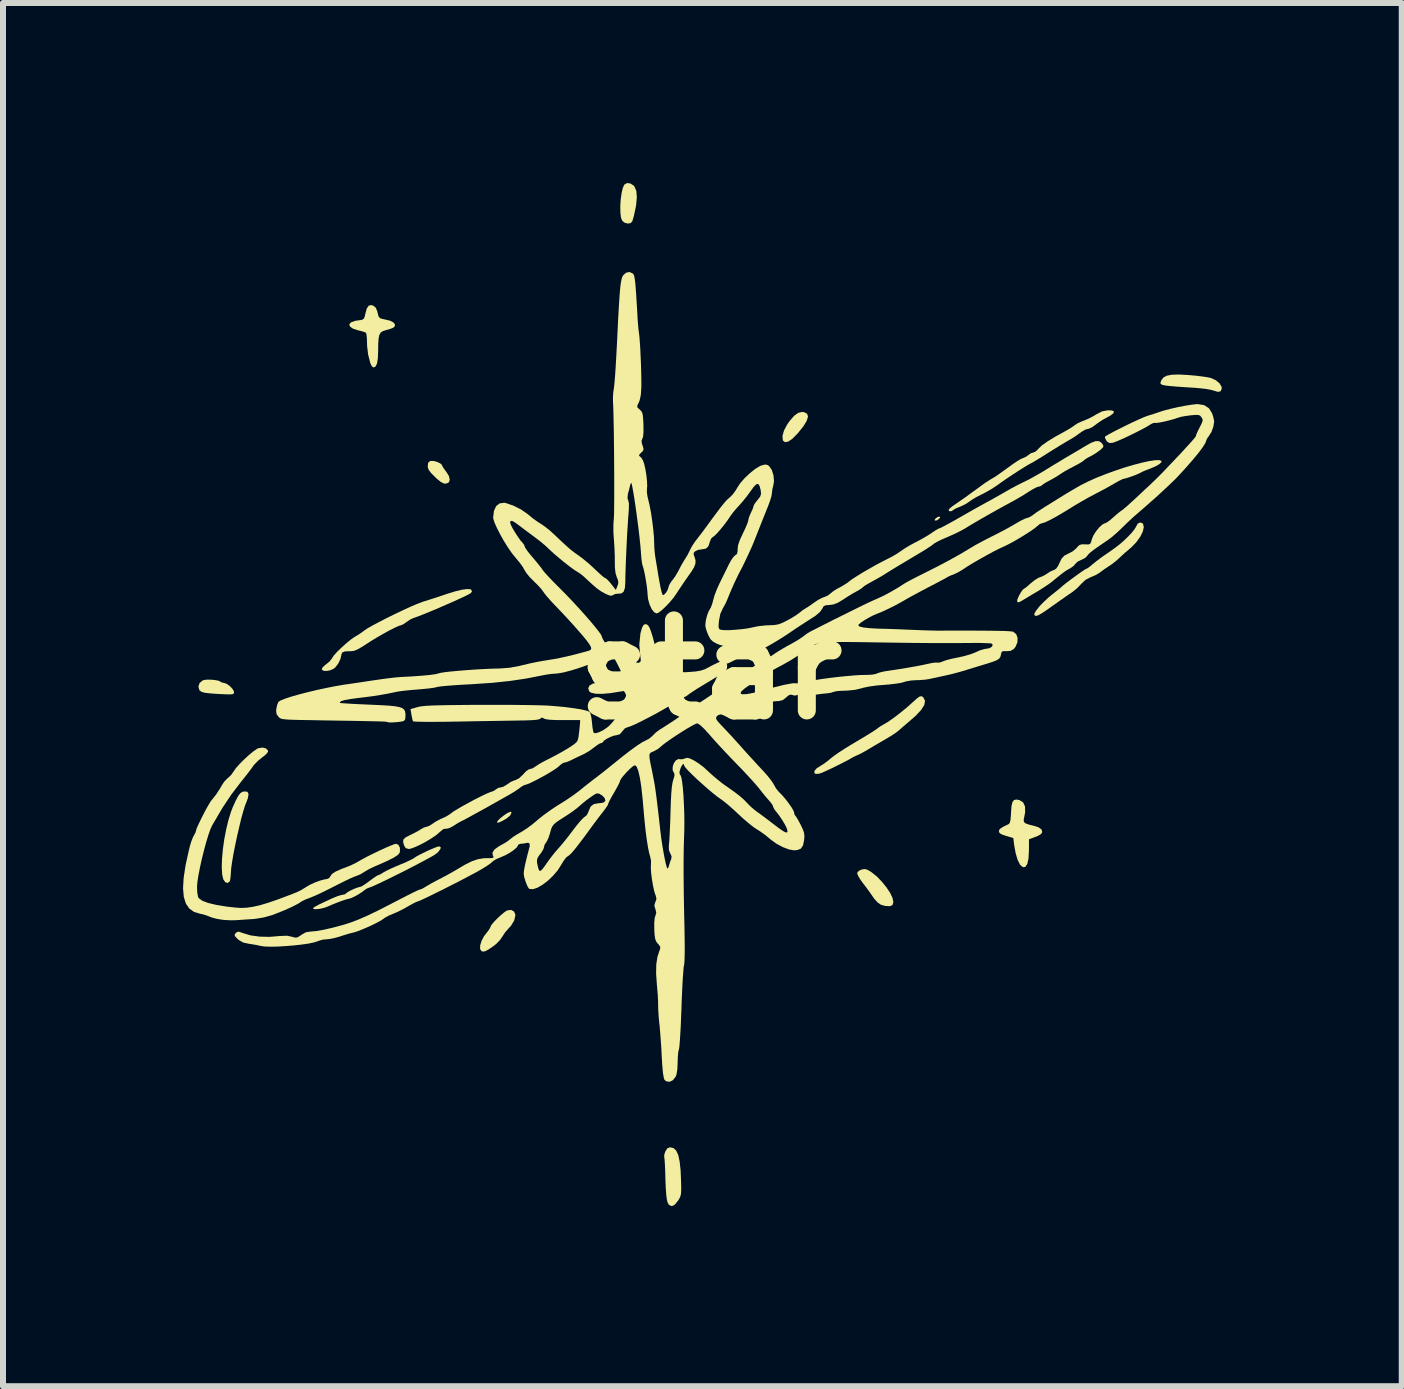
<source format=kicad_pcb>
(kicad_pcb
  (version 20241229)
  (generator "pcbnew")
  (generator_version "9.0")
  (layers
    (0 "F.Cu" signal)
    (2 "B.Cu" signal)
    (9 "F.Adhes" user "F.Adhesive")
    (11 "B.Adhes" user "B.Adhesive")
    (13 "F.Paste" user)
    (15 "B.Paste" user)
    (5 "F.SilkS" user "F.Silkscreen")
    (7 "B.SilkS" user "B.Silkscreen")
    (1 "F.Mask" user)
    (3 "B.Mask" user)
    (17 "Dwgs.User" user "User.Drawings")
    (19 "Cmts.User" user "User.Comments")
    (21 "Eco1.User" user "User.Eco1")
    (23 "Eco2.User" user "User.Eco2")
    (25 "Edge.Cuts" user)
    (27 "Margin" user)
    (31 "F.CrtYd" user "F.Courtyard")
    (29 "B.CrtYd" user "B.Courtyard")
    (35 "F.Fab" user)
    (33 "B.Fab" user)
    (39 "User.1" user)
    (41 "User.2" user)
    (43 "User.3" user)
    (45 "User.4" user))
  (footprint "star"
    (layer "F.Cu")
    (at 8.786 8.109)
    (property "Reference" "star" (at 0 0 0) (layer "F.SilkS") (effects (font (size 1.5 1.5) (thickness 0.3))))
    (attr board_only exclude_from_pos_files exclude_from_bom)
    (fp_poly (pts (xy 3.831 -2.545) (xy 3.817 -2.521) (xy 3.815 -2.518) (xy 3.777 -2.49) (xy 3.756 -2.485) (xy 3.735 -2.491) (xy 3.748 -2.516) (xy 3.75 -2.518) (xy 3.789 -2.546) (xy 3.81 -2.551)) (stroke (width 0) (type solid)) (fill yes) (layer "F.SilkS"))
    (fp_poly (pts (xy -3.316 2.37) (xy -3.314 2.383) (xy -3.335 2.428) (xy -3.393 2.477) (xy -3.46 2.516) (xy -3.517 2.543) (xy -3.546 2.55) (xy -3.554 2.538) (xy -3.554 2.537) (xy -3.537 2.51) (xy -3.496 2.471) (xy -3.442 2.428) (xy -3.388 2.392) (xy -3.378 2.387) (xy -3.334 2.367)) (stroke (width 0) (type solid)) (fill yes) (layer "F.SilkS"))
    (fp_poly (pts (xy 1.56 -4.292) (xy 1.612 -4.266) (xy 1.627 -4.217) (xy 1.605 -4.146) (xy 1.548 -4.053) (xy 1.455 -3.938) (xy 1.448 -3.93) (xy 1.366 -3.848) (xy 1.297 -3.801) (xy 1.245 -3.791) (xy 1.211 -3.817) (xy 1.207 -3.827) (xy 1.202 -3.895) (xy 1.226 -3.984) (xy 1.278 -4.083) (xy 1.322 -4.146) (xy 1.397 -4.232) (xy 1.463 -4.28) (xy 1.528 -4.295)) (stroke (width 0) (type solid)) (fill yes) (layer "F.SilkS"))
    (fp_poly (pts (xy -1.333 -8.102) (xy -1.278 -8.067) (xy -1.266 -8.053) (xy -1.234 -7.98) (xy -1.225 -7.872) (xy -1.238 -7.732) (xy -1.274 -7.563) (xy -1.3 -7.473) (xy -1.328 -7.442) (xy -1.377 -7.434) (xy -1.43 -7.449) (xy -1.47 -7.483) (xy -1.49 -7.537) (xy -1.499 -7.621) (xy -1.501 -7.724) (xy -1.494 -7.833) (xy -1.48 -7.937) (xy -1.46 -8.024) (xy -1.435 -8.081) (xy -1.433 -8.083) (xy -1.389 -8.109)) (stroke (width 0) (type solid)) (fill yes) (layer "F.SilkS"))
    (fp_poly (pts (xy -4.61 -3.478) (xy -4.553 -3.463) (xy -4.501 -3.438) (xy -4.472 -3.412) (xy -4.47 -3.404) (xy -4.457 -3.377) (xy -4.425 -3.33) (xy -4.403 -3.302) (xy -4.356 -3.227) (xy -4.342 -3.164) (xy -4.359 -3.12) (xy -4.406 -3.1) (xy -4.446 -3.105) (xy -4.494 -3.131) (xy -4.558 -3.183) (xy -4.586 -3.21) (xy -4.652 -3.276) (xy -4.69 -3.325) (xy -4.707 -3.368) (xy -4.709 -3.396) (xy -4.702 -3.449) (xy -4.673 -3.474) (xy -4.657 -3.479)) (stroke (width 0) (type solid)) (fill yes) (layer "F.SilkS"))
    (fp_poly (pts (xy -8.26 0.171) (xy -8.199 0.182) (xy -8.165 0.197) (xy -8.163 0.199) (xy -8.134 0.215) (xy -8.111 0.218) (xy -8.063 0.233) (xy -8.008 0.271) (xy -7.962 0.319) (xy -7.937 0.364) (xy -7.936 0.373) (xy -7.941 0.396) (xy -7.963 0.408) (xy -8.013 0.411) (xy -8.062 0.41) (xy -8.154 0.406) (xy -8.262 0.4) (xy -8.337 0.394) (xy -8.424 0.384) (xy -8.477 0.369) (xy -8.508 0.347) (xy -8.515 0.338) (xy -8.53 0.278) (xy -8.509 0.22) (xy -8.458 0.178) (xy -8.45 0.175) (xy -8.401 0.166) (xy -8.332 0.165)) (stroke (width 0) (type solid)) (fill yes) (layer "F.SilkS"))
    (fp_poly (pts (xy 2.611 3.33) (xy 2.667 3.362) (xy 2.688 3.376) (xy 2.775 3.446) (xy 2.859 3.533) (xy 2.935 3.627) (xy 2.996 3.72) (xy 3.036 3.804) (xy 3.049 3.87) (xy 3.048 3.875) (xy 3.035 3.92) (xy 2.999 3.938) (xy 2.976 3.94) (xy 2.909 3.935) (xy 2.841 3.915) (xy 2.787 3.878) (xy 2.733 3.819) (xy 2.713 3.791) (xy 2.669 3.727) (xy 2.611 3.646) (xy 2.549 3.565) (xy 2.546 3.561) (xy 2.496 3.492) (xy 2.461 3.432) (xy 2.446 3.391) (xy 2.446 3.386) (xy 2.47 3.354) (xy 2.519 3.329) (xy 2.522 3.329) (xy 2.568 3.321)) (stroke (width 0) (type solid)) (fill yes) (layer "F.SilkS"))
    (fp_poly (pts (xy 7.953 -4.911) (xy 7.988 -4.908) (xy 8.1 -4.898) (xy 8.204 -4.885) (xy 8.288 -4.872) (xy 8.337 -4.862) (xy 8.419 -4.825) (xy 8.482 -4.774) (xy 8.517 -4.718) (xy 8.521 -4.682) (xy 8.501 -4.639) (xy 8.455 -4.63) (xy 8.383 -4.652) (xy 8.334 -4.665) (xy 8.255 -4.679) (xy 8.156 -4.69) (xy 8.078 -4.697) (xy 7.9 -4.708) (xy 7.762 -4.718) (xy 7.658 -4.727) (xy 7.584 -4.735) (xy 7.536 -4.745) (xy 7.509 -4.757) (xy 7.499 -4.772) (xy 7.502 -4.792) (xy 7.512 -4.816) (xy 7.517 -4.828) (xy 7.55 -4.87) (xy 7.605 -4.899) (xy 7.687 -4.915) (xy 7.801 -4.919)) (stroke (width 0) (type solid)) (fill yes) (layer "F.SilkS"))
    (fp_poly (pts (xy -3.272 4.028) (xy -3.249 4.08) (xy -3.249 4.09) (xy -3.268 4.177) (xy -3.322 4.267) (xy -3.369 4.317) (xy -3.419 4.375) (xy -3.464 4.443) (xy -3.468 4.45) (xy -3.509 4.508) (xy -3.571 4.571) (xy -3.613 4.604) (xy -3.693 4.659) (xy -3.748 4.689) (xy -3.786 4.697) (xy -3.815 4.688) (xy -3.837 4.651) (xy -3.835 4.591) (xy -3.812 4.517) (xy -3.772 4.441) (xy -3.741 4.401) (xy -3.698 4.345) (xy -3.669 4.3) (xy -3.663 4.281) (xy -3.647 4.251) (xy -3.607 4.203) (xy -3.552 4.146) (xy -3.491 4.089) (xy -3.433 4.041) (xy -3.388 4.012) (xy -3.383 4.01) (xy -3.32 4.002)) (stroke (width 0) (type solid)) (fill yes) (layer "F.SilkS"))
    (fp_poly (pts (xy -0.613 7.971) (xy -0.569 8.013) (xy -0.535 8.086) (xy -0.512 8.193) (xy -0.496 8.338) (xy -0.49 8.472) (xy -0.486 8.589) (xy -0.486 8.671) (xy -0.489 8.729) (xy -0.498 8.77) (xy -0.513 8.805) (xy -0.536 8.843) (xy -0.54 8.848) (xy -0.594 8.914) (xy -0.643 8.938) (xy -0.687 8.919) (xy -0.693 8.912) (xy -0.711 8.879) (xy -0.725 8.826) (xy -0.735 8.746) (xy -0.743 8.636) (xy -0.749 8.489) (xy -0.75 8.435) (xy -0.754 8.324) (xy -0.758 8.23) (xy -0.763 8.159) (xy -0.768 8.122) (xy -0.769 8.118) (xy -0.769 8.087) (xy -0.754 8.036) (xy -0.751 8.029) (xy -0.719 7.976) (xy -0.676 7.958) (xy -0.669 7.958)) (stroke (width 0) (type solid)) (fill yes) (layer "F.SilkS"))
    (fp_poly (pts (xy -7.714 2.034) (xy -7.698 2.061) (xy -7.696 2.083) (xy -7.707 2.144) (xy -7.728 2.2) (xy -7.753 2.262) (xy -7.783 2.359) (xy -7.817 2.482) (xy -7.851 2.624) (xy -7.886 2.775) (xy -7.918 2.927) (xy -7.947 3.073) (xy -7.969 3.204) (xy -7.984 3.311) (xy -7.989 3.379) (xy -7.994 3.451) (xy -8.002 3.507) (xy -8.009 3.527) (xy -8.043 3.553) (xy -8.082 3.541) (xy -8.114 3.494) (xy -8.115 3.494) (xy -8.134 3.411) (xy -8.141 3.295) (xy -8.137 3.154) (xy -8.123 2.996) (xy -8.1 2.83) (xy -8.068 2.663) (xy -8.03 2.505) (xy -7.986 2.363) (xy -7.957 2.289) (xy -7.907 2.179) (xy -7.867 2.103) (xy -7.832 2.057) (xy -7.797 2.034) (xy -7.76 2.028)) (stroke (width 0) (type solid)) (fill yes) (layer "F.SilkS"))
    (fp_poly (pts (xy 5.15 2.172) (xy 5.211 2.21) (xy 5.243 2.278) (xy 5.245 2.373) (xy 5.233 2.438) (xy 5.221 2.497) (xy 5.224 2.535) (xy 5.251 2.56) (xy 5.307 2.58) (xy 5.381 2.598) (xy 5.465 2.624) (xy 5.514 2.658) (xy 5.519 2.666) (xy 5.53 2.704) (xy 5.512 2.736) (xy 5.461 2.767) (xy 5.401 2.791) (xy 5.309 2.825) (xy 5.308 3.009) (xy 5.301 3.142) (xy 5.282 3.233) (xy 5.251 3.282) (xy 5.222 3.292) (xy 5.188 3.276) (xy 5.157 3.243) (xy 5.118 3.165) (xy 5.086 3.053) (xy 5.061 2.915) (xy 5.061 2.912) (xy 5.047 2.804) (xy 4.927 2.769) (xy 4.855 2.744) (xy 4.818 2.72) (xy 4.807 2.692) (xy 4.813 2.667) (xy 4.836 2.644) (xy 4.882 2.615) (xy 4.961 2.577) (xy 4.971 2.572) (xy 4.989 2.551) (xy 5.001 2.502) (xy 5.008 2.419) (xy 5.01 2.382) (xy 5.017 2.275) (xy 5.033 2.207) (xy 5.059 2.171) (xy 5.101 2.163)) (stroke (width 0) (type solid)) (fill yes) (layer "F.SilkS"))
    (fp_poly (pts (xy -5.616 -6.066) (xy -5.575 -6.032) (xy -5.549 -5.969) (xy -5.544 -5.948) (xy -5.529 -5.889) (xy -5.507 -5.859) (xy -5.461 -5.844) (xy -5.435 -5.839) (xy -5.338 -5.816) (xy -5.277 -5.784) (xy -5.254 -5.747) (xy -5.254 -5.745) (xy -5.262 -5.717) (xy -5.29 -5.695) (xy -5.348 -5.674) (xy -5.403 -5.659) (xy -5.456 -5.642) (xy -5.492 -5.618) (xy -5.515 -5.58) (xy -5.528 -5.519) (xy -5.534 -5.428) (xy -5.535 -5.32) (xy -5.54 -5.191) (xy -5.554 -5.102) (xy -5.58 -5.051) (xy -5.613 -5.036) (xy -5.639 -5.055) (xy -5.663 -5.101) (xy -5.665 -5.107) (xy -5.702 -5.25) (xy -5.719 -5.391) (xy -5.721 -5.465) (xy -5.724 -5.538) (xy -5.731 -5.593) (xy -5.738 -5.614) (xy -5.766 -5.627) (xy -5.822 -5.644) (xy -5.866 -5.654) (xy -5.956 -5.684) (xy -6.006 -5.719) (xy -6.016 -5.756) (xy -5.985 -5.789) (xy -5.914 -5.814) (xy -5.871 -5.82) (xy -5.808 -5.829) (xy -5.776 -5.846) (xy -5.759 -5.883) (xy -5.749 -5.93) (xy -5.725 -6.018) (xy -5.693 -6.066) (xy -5.649 -6.076)) (stroke (width 0) (type solid)) (fill yes) (layer "F.SilkS"))
    (fp_poly (pts (xy 3.536 0.45) (xy 3.549 0.462) (xy 3.577 0.518) (xy 3.564 0.588) (xy 3.51 0.673) (xy 3.417 0.771) (xy 3.352 0.828) (xy 3.276 0.893) (xy 3.206 0.953) (xy 3.154 0.999) (xy 3.14 1.011) (xy 3.093 1.048) (xy 3.023 1.095) (xy 2.945 1.142) (xy 2.943 1.143) (xy 2.847 1.199) (xy 2.739 1.262) (xy 2.66 1.309) (xy 2.583 1.355) (xy 2.514 1.393) (xy 2.466 1.416) (xy 2.464 1.417) (xy 2.404 1.444) (xy 2.366 1.464) (xy 2.288 1.508) (xy 2.193 1.557) (xy 2.092 1.608) (xy 1.993 1.656) (xy 1.907 1.695) (xy 1.842 1.723) (xy 1.813 1.732) (xy 1.759 1.736) (xy 1.734 1.723) (xy 1.734 1.686) (xy 1.771 1.643) (xy 1.84 1.599) (xy 1.841 1.598) (xy 1.895 1.564) (xy 1.962 1.514) (xy 2.006 1.477) (xy 2.059 1.436) (xy 2.14 1.379) (xy 2.242 1.313) (xy 2.354 1.244) (xy 2.42 1.205) (xy 2.529 1.14) (xy 2.627 1.081) (xy 2.707 1.031) (xy 2.761 0.995) (xy 2.78 0.981) (xy 2.829 0.945) (xy 2.892 0.908) (xy 2.9 0.904) (xy 2.968 0.863) (xy 3.059 0.799) (xy 3.162 0.72) (xy 3.269 0.633) (xy 3.369 0.544) (xy 3.373 0.541) (xy 3.439 0.481) (xy 3.482 0.449) (xy 3.512 0.44)) (stroke (width 0) (type solid)) (fill yes) (layer "F.SilkS"))
    (fp_poly (pts (xy 7.201 -2.44) (xy 7.209 -2.431) (xy 7.222 -2.377) (xy 7.206 -2.304) (xy 7.165 -2.22) (xy 7.102 -2.131) (xy 7.023 -2.047) (xy 6.984 -2.013) (xy 6.914 -1.954) (xy 6.847 -1.893) (xy 6.814 -1.862) (xy 6.754 -1.808) (xy 6.68 -1.752) (xy 6.65 -1.732) (xy 6.579 -1.685) (xy 6.514 -1.638) (xy 6.491 -1.62) (xy 6.428 -1.581) (xy 6.353 -1.548) (xy 6.342 -1.545) (xy 6.25 -1.497) (xy 6.179 -1.43) (xy 6.117 -1.365) (xy 6.046 -1.305) (xy 6.02 -1.286) (xy 5.97 -1.253) (xy 5.894 -1.2) (xy 5.803 -1.136) (xy 5.707 -1.068) (xy 5.7 -1.063) (xy 5.594 -0.988) (xy 5.517 -0.937) (xy 5.463 -0.907) (xy 5.429 -0.897) (xy 5.407 -0.902) (xy 5.398 -0.913) (xy 5.402 -0.944) (xy 5.435 -0.995) (xy 5.488 -1.061) (xy 5.558 -1.133) (xy 5.637 -1.206) (xy 5.684 -1.245) (xy 5.752 -1.299) (xy 5.807 -1.343) (xy 5.839 -1.37) (xy 5.843 -1.374) (xy 5.87 -1.398) (xy 5.921 -1.439) (xy 5.988 -1.49) (xy 6.063 -1.545) (xy 6.136 -1.598) (xy 6.199 -1.642) (xy 6.243 -1.671) (xy 6.259 -1.679) (xy 6.286 -1.692) (xy 6.332 -1.726) (xy 6.361 -1.751) (xy 6.425 -1.803) (xy 6.505 -1.864) (xy 6.563 -1.905) (xy 6.671 -1.979) (xy 6.753 -2.038) (xy 6.817 -2.088) (xy 6.875 -2.137) (xy 6.934 -2.193) (xy 6.959 -2.217) (xy 7.019 -2.281) (xy 7.067 -2.34) (xy 7.093 -2.383) (xy 7.095 -2.388) (xy 7.121 -2.435) (xy 7.161 -2.454)) (stroke (width 0) (type solid)) (fill yes) (layer "F.SilkS"))
    (fp_poly (pts (xy -4.493 2.955) (xy -4.498 2.987) (xy -4.531 3.032) (xy -4.573 3.069) (xy -4.614 3.096) (xy -4.687 3.137) (xy -4.785 3.19) (xy -4.902 3.252) (xy -5.03 3.318) (xy -5.164 3.386) (xy -5.295 3.451) (xy -5.417 3.511) (xy -5.524 3.562) (xy -5.609 3.601) (xy -5.664 3.624) (xy -5.676 3.627) (xy -5.73 3.649) (xy -5.76 3.67) (xy -5.801 3.702) (xy -5.861 3.741) (xy -5.927 3.778) (xy -5.985 3.805) (xy -6.019 3.815) (xy -6.058 3.824) (xy -6.127 3.846) (xy -6.216 3.879) (xy -6.315 3.919) (xy -6.383 3.949) (xy -6.444 3.97) (xy -6.51 3.984) (xy -6.569 3.99) (xy -6.609 3.987) (xy -6.62 3.973) (xy -6.619 3.971) (xy -6.594 3.952) (xy -6.535 3.919) (xy -6.439 3.873) (xy -6.305 3.811) (xy -6.273 3.797) (xy -6.205 3.77) (xy -6.148 3.753) (xy -6.127 3.75) (xy -6.086 3.74) (xy -6.072 3.728) (xy -6.044 3.706) (xy -5.99 3.676) (xy -5.926 3.647) (xy -5.869 3.626) (xy -5.837 3.619) (xy -5.806 3.607) (xy -5.752 3.573) (xy -5.687 3.526) (xy -5.681 3.521) (xy -5.616 3.473) (xy -5.564 3.438) (xy -5.535 3.423) (xy -5.533 3.423) (xy -5.502 3.411) (xy -5.456 3.383) (xy -5.451 3.379) (xy -5.404 3.353) (xy -5.329 3.316) (xy -5.238 3.276) (xy -5.179 3.251) (xy -5.087 3.213) (xy -5.008 3.176) (xy -4.951 3.147) (xy -4.932 3.134) (xy -4.894 3.109) (xy -4.83 3.075) (xy -4.751 3.036) (xy -4.669 2.998) (xy -4.595 2.967) (xy -4.54 2.947) (xy -4.521 2.943)) (stroke (width 0) (type solid)) (fill yes) (layer "F.SilkS"))
    (fp_poly (pts (xy -4 -1.341) (xy -3.985 -1.333) (xy -3.972 -1.305) (xy -3.991 -1.277) (xy -4.021 -1.259) (xy -4.084 -1.227) (xy -4.174 -1.185) (xy -4.282 -1.136) (xy -4.403 -1.083) (xy -4.527 -1.029) (xy -4.65 -0.977) (xy -4.762 -0.931) (xy -4.858 -0.893) (xy -4.93 -0.867) (xy -4.949 -0.861) (xy -5.004 -0.835) (xy -5.062 -0.795) (xy -5.065 -0.793) (xy -5.114 -0.759) (xy -5.152 -0.742) (xy -5.156 -0.741) (xy -5.192 -0.73) (xy -5.258 -0.7) (xy -5.346 -0.656) (xy -5.447 -0.6) (xy -5.554 -0.539) (xy -5.659 -0.475) (xy -5.734 -0.426) (xy -5.825 -0.369) (xy -5.89 -0.333) (xy -5.941 -0.314) (xy -5.988 -0.308) (xy -6.008 -0.309) (xy -6.09 -0.305) (xy -6.136 -0.285) (xy -6.148 -0.25) (xy -6.163 -0.181) (xy -6.199 -0.105) (xy -6.247 -0.041) (xy -6.278 -0.015) (xy -6.339 0.011) (xy -6.401 0.021) (xy -6.45 0.016) (xy -6.475 -0.005) (xy -6.475 -0.011) (xy -6.458 -0.042) (xy -6.416 -0.081) (xy -6.4 -0.092) (xy -6.345 -0.138) (xy -6.306 -0.187) (xy -6.301 -0.196) (xy -6.273 -0.238) (xy -6.219 -0.298) (xy -6.149 -0.366) (xy -6.073 -0.435) (xy -5.999 -0.496) (xy -5.937 -0.541) (xy -5.919 -0.551) (xy -5.861 -0.586) (xy -5.793 -0.633) (xy -5.771 -0.65) (xy -5.717 -0.687) (xy -5.631 -0.736) (xy -5.52 -0.795) (xy -5.394 -0.86) (xy -5.26 -0.926) (xy -5.126 -0.99) (xy -5 -1.048) (xy -4.89 -1.095) (xy -4.804 -1.128) (xy -4.786 -1.134) (xy -4.671 -1.17) (xy -4.581 -1.199) (xy -4.502 -1.225) (xy -4.416 -1.254) (xy -4.382 -1.266) (xy -4.255 -1.305) (xy -4.144 -1.332) (xy -4.057 -1.344)) (stroke (width 0) (type solid)) (fill yes) (layer "F.SilkS"))
    (fp_poly (pts (xy 6.695 -4.319) (xy 6.725 -4.302) (xy 6.715 -4.273) (xy 6.666 -4.235) (xy 6.616 -4.208) (xy 6.533 -4.162) (xy 6.451 -4.107) (xy 6.42 -4.083) (xy 6.361 -4.041) (xy 6.308 -4.016) (xy 6.288 -4.012) (xy 6.244 -3.999) (xy 6.186 -3.965) (xy 6.157 -3.944) (xy 6.082 -3.89) (xy 5.998 -3.838) (xy 5.974 -3.824) (xy 5.917 -3.791) (xy 5.835 -3.742) (xy 5.738 -3.682) (xy 5.637 -3.619) (xy 5.636 -3.618) (xy 5.541 -3.558) (xy 5.454 -3.505) (xy 5.386 -3.464) (xy 5.344 -3.441) (xy 5.342 -3.44) (xy 5.291 -3.412) (xy 5.214 -3.365) (xy 5.119 -3.305) (xy 5.017 -3.238) (xy 4.915 -3.17) (xy 4.824 -3.106) (xy 4.789 -3.08) (xy 4.697 -3.019) (xy 4.592 -2.958) (xy 4.516 -2.919) (xy 4.435 -2.878) (xy 4.364 -2.836) (xy 4.317 -2.803) (xy 4.263 -2.766) (xy 4.19 -2.729) (xy 4.159 -2.716) (xy 4.097 -2.691) (xy 4.054 -2.667) (xy 4.043 -2.658) (xy 4.016 -2.641) (xy 3.983 -2.641) (xy 3.968 -2.66) (xy 3.985 -2.684) (xy 4.027 -2.719) (xy 4.05 -2.736) (xy 4.139 -2.797) (xy 4.251 -2.875) (xy 4.372 -2.963) (xy 4.492 -3.05) (xy 4.513 -3.066) (xy 4.586 -3.118) (xy 4.656 -3.163) (xy 4.701 -3.19) (xy 4.747 -3.217) (xy 4.816 -3.265) (xy 4.899 -3.324) (xy 4.958 -3.367) (xy 5.041 -3.427) (xy 5.117 -3.478) (xy 5.177 -3.513) (xy 5.204 -3.524) (xy 5.264 -3.551) (xy 5.301 -3.579) (xy 5.347 -3.61) (xy 5.381 -3.619) (xy 5.42 -3.636) (xy 5.462 -3.676) (xy 5.468 -3.684) (xy 5.522 -3.736) (xy 5.615 -3.802) (xy 5.748 -3.884) (xy 5.919 -3.978) (xy 5.989 -4.018) (xy 6.048 -4.057) (xy 6.072 -4.075) (xy 6.119 -4.106) (xy 6.187 -4.137) (xy 6.22 -4.149) (xy 6.303 -4.184) (xy 6.39 -4.23) (xy 6.423 -4.251) (xy 6.525 -4.304) (xy 6.624 -4.323)) (stroke (width 0) (type solid)) (fill yes) (layer "F.SilkS"))
    (fp_poly (pts (xy -7.405 1.311) (xy -7.373 1.344) (xy -7.369 1.362) (xy -7.386 1.391) (xy -7.429 1.432) (xy -7.468 1.461) (xy -7.537 1.517) (xy -7.599 1.581) (xy -7.621 1.609) (xy -7.658 1.661) (xy -7.714 1.735) (xy -7.78 1.818) (xy -7.817 1.864) (xy -7.982 2.08) (xy -8.126 2.296) (xy -8.187 2.399) (xy -8.233 2.478) (xy -8.279 2.556) (xy -8.301 2.594) (xy -8.33 2.657) (xy -8.364 2.754) (xy -8.401 2.875) (xy -8.438 3.013) (xy -8.474 3.157) (xy -8.505 3.298) (xy -8.53 3.428) (xy -8.547 3.537) (xy -8.553 3.613) (xy -8.549 3.714) (xy -8.536 3.783) (xy -8.525 3.805) (xy -8.468 3.848) (xy -8.371 3.885) (xy -8.235 3.918) (xy -8.057 3.947) (xy -7.914 3.963) (xy -7.82 3.969) (xy -7.724 3.965) (xy -7.621 3.95) (xy -7.504 3.924) (xy -7.368 3.883) (xy -7.207 3.828) (xy -7.016 3.756) (xy -6.901 3.711) (xy -6.824 3.675) (xy -6.75 3.63) (xy -6.741 3.624) (xy -6.676 3.585) (xy -6.591 3.546) (xy -6.502 3.513) (xy -6.425 3.493) (xy -6.39 3.488) (xy -6.35 3.47) (xy -6.334 3.445) (xy -6.305 3.403) (xy -6.242 3.362) (xy -6.141 3.317) (xy -6.072 3.292) (xy -5.987 3.258) (xy -5.904 3.217) (xy -5.873 3.2) (xy -5.807 3.161) (xy -5.719 3.114) (xy -5.618 3.064) (xy -5.514 3.014) (xy -5.415 2.968) (xy -5.329 2.932) (xy -5.266 2.907) (xy -5.235 2.9) (xy -5.196 2.919) (xy -5.173 2.966) (xy -5.172 3.029) (xy -5.178 3.051) (xy -5.206 3.085) (xy -5.272 3.129) (xy -5.378 3.183) (xy -5.524 3.248) (xy -5.603 3.282) (xy -5.679 3.318) (xy -5.751 3.359) (xy -5.769 3.371) (xy -5.832 3.409) (xy -5.895 3.435) (xy -5.9 3.436) (xy -5.941 3.452) (xy -6.012 3.483) (xy -6.105 3.528) (xy -6.211 3.581) (xy -6.268 3.61) (xy -6.383 3.668) (xy -6.493 3.722) (xy -6.589 3.766) (xy -6.661 3.796) (xy -6.682 3.804) (xy -6.752 3.831) (xy -6.806 3.858) (xy -6.824 3.87) (xy -6.866 3.897) (xy -6.939 3.935) (xy -7.034 3.98) (xy -7.142 4.026) (xy -7.253 4.07) (xy -7.313 4.092) (xy -7.44 4.127) (xy -7.577 4.15) (xy -7.629 4.155) (xy -7.729 4.161) (xy -7.828 4.168) (xy -7.903 4.173) (xy -7.989 4.175) (xy -8.088 4.17) (xy -8.147 4.164) (xy -8.23 4.149) (xy -8.305 4.129) (xy -8.343 4.114) (xy -8.406 4.09) (xy -8.482 4.07) (xy -8.498 4.067) (xy -8.602 4.036) (xy -8.682 3.979) (xy -8.739 3.896) (xy -8.774 3.784) (xy -8.786 3.641) (xy -8.776 3.466) (xy -8.744 3.257) (xy -8.69 3.012) (xy -8.672 2.939) (xy -8.648 2.86) (xy -8.621 2.791) (xy -8.604 2.76) (xy -8.578 2.711) (xy -8.568 2.675) (xy -8.559 2.643) (xy -8.532 2.583) (xy -8.495 2.505) (xy -8.451 2.417) (xy -8.406 2.331) (xy -8.364 2.256) (xy -8.331 2.201) (xy -8.316 2.18) (xy -8.237 2.082) (xy -8.164 1.969) (xy -8.144 1.933) (xy -8.102 1.868) (xy -8.051 1.814) (xy -8.041 1.806) (xy -7.986 1.755) (xy -7.945 1.697) (xy -7.908 1.643) (xy -7.847 1.574) (xy -7.772 1.498) (xy -7.693 1.425) (xy -7.617 1.362) (xy -7.555 1.319) (xy -7.529 1.307) (xy -7.461 1.297)) (stroke (width 0) (type solid)) (fill yes) (layer "F.SilkS"))
    (fp_poly (pts (xy 8.227 -4.409) (xy 8.307 -4.357) (xy 8.359 -4.274) (xy 8.381 -4.206) (xy 8.393 -4.147) (xy 8.394 -4.134) (xy 8.381 -4.05) (xy 8.349 -3.961) (xy 8.305 -3.892) (xy 8.304 -3.89) (xy 8.274 -3.849) (xy 8.263 -3.822) (xy 8.248 -3.778) (xy 8.203 -3.706) (xy 8.132 -3.611) (xy 8.035 -3.494) (xy 7.917 -3.359) (xy 7.782 -3.212) (xy 7.723 -3.153) (xy 7.639 -3.072) (xy 7.537 -2.977) (xy 7.426 -2.875) (xy 7.312 -2.774) (xy 7.204 -2.679) (xy 7.141 -2.625) (xy 7.05 -2.546) (xy 6.952 -2.455) (xy 6.866 -2.371) (xy 6.857 -2.362) (xy 6.778 -2.287) (xy 6.691 -2.212) (xy 6.614 -2.154) (xy 6.606 -2.149) (xy 6.482 -2.065) (xy 6.39 -2) (xy 6.328 -1.951) (xy 6.291 -1.915) (xy 6.279 -1.897) (xy 6.245 -1.863) (xy 6.189 -1.834) (xy 6.181 -1.831) (xy 6.124 -1.804) (xy 6.085 -1.769) (xy 6.082 -1.764) (xy 6.048 -1.726) (xy 5.995 -1.689) (xy 5.99 -1.687) (xy 5.943 -1.661) (xy 5.891 -1.626) (xy 5.826 -1.576) (xy 5.739 -1.506) (xy 5.695 -1.469) (xy 5.639 -1.427) (xy 5.558 -1.373) (xy 5.469 -1.316) (xy 5.44 -1.299) (xy 5.353 -1.248) (xy 5.272 -1.199) (xy 5.21 -1.162) (xy 5.195 -1.152) (xy 5.147 -1.126) (xy 5.123 -1.124) (xy 5.111 -1.141) (xy 5.116 -1.173) (xy 5.138 -1.225) (xy 5.169 -1.281) (xy 5.202 -1.329) (xy 5.227 -1.352) (xy 5.23 -1.352) (xy 5.252 -1.366) (xy 5.295 -1.402) (xy 5.338 -1.44) (xy 5.4 -1.49) (xy 5.46 -1.528) (xy 5.491 -1.541) (xy 5.548 -1.564) (xy 5.61 -1.601) (xy 5.614 -1.604) (xy 5.669 -1.639) (xy 5.718 -1.659) (xy 5.722 -1.66) (xy 5.762 -1.685) (xy 5.793 -1.728) (xy 5.825 -1.795) (xy 5.849 -1.846) (xy 5.897 -1.9) (xy 5.963 -1.934) (xy 6.033 -1.97) (xy 6.094 -2.02) (xy 6.102 -2.03) (xy 6.142 -2.073) (xy 6.185 -2.089) (xy 6.243 -2.089) (xy 6.3 -2.087) (xy 6.33 -2.099) (xy 6.346 -2.136) (xy 6.356 -2.174) (xy 6.381 -2.236) (xy 6.425 -2.305) (xy 6.477 -2.369) (xy 6.53 -2.418) (xy 6.573 -2.441) (xy 6.579 -2.442) (xy 6.609 -2.456) (xy 6.659 -2.492) (xy 6.711 -2.537) (xy 6.771 -2.59) (xy 6.823 -2.632) (xy 6.851 -2.652) (xy 6.881 -2.674) (xy 6.935 -2.72) (xy 7.005 -2.783) (xy 7.085 -2.856) (xy 7.091 -2.862) (xy 7.173 -2.939) (xy 7.249 -3.01) (xy 7.31 -3.066) (xy 7.347 -3.101) (xy 7.347 -3.102) (xy 7.405 -3.157) (xy 7.48 -3.231) (xy 7.566 -3.319) (xy 7.658 -3.416) (xy 7.753 -3.516) (xy 7.845 -3.613) (xy 7.928 -3.704) (xy 7.999 -3.782) (xy 8.053 -3.843) (xy 8.083 -3.881) (xy 8.089 -3.89) (xy 8.098 -3.923) (xy 8.124 -3.981) (xy 8.153 -4.038) (xy 8.187 -4.106) (xy 8.202 -4.148) (xy 8.2 -4.178) (xy 8.183 -4.206) (xy 8.162 -4.232) (xy 8.134 -4.244) (xy 8.088 -4.246) (xy 8.012 -4.24) (xy 8.005 -4.239) (xy 7.921 -4.228) (xy 7.847 -4.215) (xy 7.805 -4.203) (xy 7.737 -4.18) (xy 7.654 -4.157) (xy 7.569 -4.136) (xy 7.491 -4.12) (xy 7.434 -4.112) (xy 7.408 -4.113) (xy 7.378 -4.11) (xy 7.332 -4.087) (xy 7.329 -4.084) (xy 7.277 -4.052) (xy 7.198 -4.009) (xy 7.101 -3.959) (xy 6.997 -3.908) (xy 6.894 -3.859) (xy 6.804 -3.819) (xy 6.734 -3.791) (xy 6.702 -3.781) (xy 6.647 -3.778) (xy 6.61 -3.802) (xy 6.599 -3.817) (xy 6.577 -3.858) (xy 6.574 -3.882) (xy 6.598 -3.899) (xy 6.654 -3.931) (xy 6.734 -3.974) (xy 6.83 -4.022) (xy 6.934 -4.074) (xy 7.038 -4.124) (xy 7.134 -4.168) (xy 7.215 -4.204) (xy 7.272 -4.226) (xy 7.285 -4.231) (xy 7.365 -4.255) (xy 7.455 -4.285) (xy 7.489 -4.297) (xy 7.569 -4.322) (xy 7.675 -4.349) (xy 7.794 -4.376) (xy 7.913 -4.399) (xy 8.019 -4.416) (xy 8.101 -4.425) (xy 8.121 -4.426)) (stroke (width 0) (type solid)) (fill yes) (layer "F.SilkS"))
    (fp_poly (pts (xy -1.052 -0.75) (xy -1.031 -0.73) (xy -1.01 -0.693) (xy -0.988 -0.634) (xy -0.961 -0.547) (xy -0.928 -0.425) (xy -0.913 -0.371) (xy -0.89 -0.29) (xy -0.868 -0.226) (xy -0.852 -0.189) (xy -0.85 -0.187) (xy -0.822 -0.189) (xy -0.77 -0.225) (xy -0.724 -0.268) (xy -0.666 -0.32) (xy -0.615 -0.357) (xy -0.584 -0.371) (xy -0.549 -0.352) (xy -0.531 -0.303) (xy -0.53 -0.232) (xy -0.545 -0.15) (xy -0.578 -0.066) (xy -0.581 -0.06) (xy -0.6 -0.014) (xy -0.599 0.017) (xy -0.571 0.035) (xy -0.512 0.042) (xy -0.417 0.041) (xy -0.371 0.039) (xy -0.252 0.03) (xy -0.165 0.016) (xy -0.099 -0.005) (xy -0.074 -0.017) (xy 0.044 -0.079) (xy 0.131 -0.121) (xy 0.191 -0.143) (xy 0.229 -0.149) (xy 0.235 -0.148) (xy 0.265 -0.124) (xy 0.28 -0.075) (xy 0.276 -0.021) (xy 0.259 0.014) (xy 0.231 0.037) (xy 0.173 0.076) (xy 0.092 0.127) (xy -0.003 0.185) (xy -0.031 0.202) (xy -0.133 0.263) (xy -0.226 0.32) (xy -0.301 0.369) (xy -0.35 0.402) (xy -0.356 0.407) (xy -0.402 0.441) (xy -0.436 0.457) (xy -0.44 0.458) (xy -0.471 0.47) (xy -0.519 0.499) (xy -0.53 0.507) (xy -0.605 0.557) (xy -0.701 0.615) (xy -0.812 0.679) (xy -0.931 0.745) (xy -1.049 0.807) (xy -1.16 0.864) (xy -1.257 0.911) (xy -1.333 0.943) (xy -1.379 0.958) (xy -1.384 0.959) (xy -1.426 0.978) (xy -1.465 1.024) (xy -1.465 1.025) (xy -1.508 1.075) (xy -1.56 1.09) (xy -1.609 1.099) (xy -1.669 1.122) (xy -1.729 1.152) (xy -1.773 1.182) (xy -1.788 1.203) (xy -1.805 1.219) (xy -1.818 1.221) (xy -1.852 1.234) (xy -1.903 1.268) (xy -1.938 1.295) (xy -2.014 1.351) (xy -2.101 1.402) (xy -2.131 1.416) (xy -2.213 1.454) (xy -2.295 1.494) (xy -2.322 1.508) (xy -2.379 1.533) (xy -2.422 1.546) (xy -2.431 1.546) (xy -2.458 1.556) (xy -2.503 1.589) (xy -2.53 1.615) (xy -2.574 1.648) (xy -2.644 1.693) (xy -2.73 1.745) (xy -2.824 1.797) (xy -2.917 1.846) (xy -2.998 1.886) (xy -3.06 1.911) (xy -3.088 1.919) (xy -3.12 1.931) (xy -3.166 1.962) (xy -3.173 1.968) (xy -3.227 2.006) (xy -3.3 2.053) (xy -3.35 2.082) (xy -3.523 2.18) (xy -3.683 2.27) (xy -3.827 2.35) (xy -3.949 2.417) (xy -4.046 2.47) (xy -4.113 2.506) (xy -4.142 2.52) (xy -4.195 2.548) (xy -4.26 2.588) (xy -4.282 2.603) (xy -4.346 2.637) (xy -4.396 2.65) (xy -4.406 2.648) (xy -4.45 2.656) (xy -4.509 2.704) (xy -4.517 2.712) (xy -4.571 2.758) (xy -4.65 2.811) (xy -4.742 2.866) (xy -4.837 2.917) (xy -4.925 2.957) (xy -4.995 2.982) (xy -5.025 2.987) (xy -5.076 2.972) (xy -5.102 2.931) (xy -5.12 2.869) (xy -5.113 2.826) (xy -5.074 2.791) (xy -5.009 2.758) (xy -4.932 2.72) (xy -4.86 2.681) (xy -4.829 2.661) (xy -4.776 2.631) (xy -4.731 2.617) (xy -4.727 2.616) (xy -4.687 2.603) (xy -4.636 2.571) (xy -4.629 2.566) (xy -4.569 2.526) (xy -4.494 2.487) (xy -4.47 2.477) (xy -4.399 2.444) (xy -4.339 2.406) (xy -4.323 2.394) (xy -4.283 2.364) (xy -4.213 2.321) (xy -4.122 2.268) (xy -4.019 2.212) (xy -3.915 2.156) (xy -3.816 2.106) (xy -3.734 2.067) (xy -3.676 2.043) (xy -3.662 2.038) (xy -3.607 2.018) (xy -3.574 1.994) (xy -3.533 1.968) (xy -3.498 1.962) (xy -3.449 1.949) (xy -3.392 1.915) (xy -3.383 1.908) (xy -3.322 1.867) (xy -3.258 1.841) (xy -3.252 1.84) (xy -3.189 1.81) (xy -3.124 1.749) (xy -3.118 1.742) (xy -3.071 1.692) (xy -3.028 1.662) (xy -3.011 1.657) (xy -2.965 1.644) (xy -2.919 1.616) (xy -2.866 1.58) (xy -2.798 1.54) (xy -2.78 1.531) (xy -2.71 1.495) (xy -2.625 1.451) (xy -2.573 1.424) (xy -2.485 1.376) (xy -2.388 1.319) (xy -2.33 1.283) (xy -2.265 1.238) (xy -2.226 1.203) (xy -2.206 1.163) (xy -2.195 1.106) (xy -2.193 1.087) (xy -2.183 1.006) (xy -2.176 0.933) (xy -2.173 0.905) (xy -2.169 0.839) (xy -2.455 0.839) (xy -2.593 0.838) (xy -2.691 0.832) (xy -2.752 0.822) (xy -2.774 0.812) (xy -2.806 0.796) (xy -2.831 0.813) (xy -2.854 0.826) (xy -2.904 0.835) (xy -2.985 0.841) (xy -3.102 0.845) (xy -3.177 0.846) (xy -3.281 0.848) (xy -3.42 0.85) (xy -3.586 0.853) (xy -3.769 0.856) (xy -3.962 0.859) (xy -4.156 0.863) (xy -4.221 0.864) (xy -4.402 0.867) (xy -4.566 0.868) (xy -4.706 0.869) (xy -4.82 0.867) (xy -4.902 0.865) (xy -4.947 0.861) (xy -4.955 0.859) (xy -4.965 0.827) (xy -4.977 0.769) (xy -4.981 0.748) (xy -4.996 0.656) (xy -4.88 0.623) (xy -4.842 0.614) (xy -4.793 0.607) (xy -4.727 0.601) (xy -4.641 0.596) (xy -4.531 0.593) (xy -4.392 0.59) (xy -4.22 0.588) (xy -4.01 0.586) (xy -3.881 0.585) (xy -3.676 0.585) (xy -3.474 0.585) (xy -3.282 0.586) (xy -3.105 0.588) (xy -2.952 0.59) (xy -2.828 0.593) (xy -2.74 0.596) (xy -2.731 0.596) (xy -2.572 0.608) (xy -2.421 0.622) (xy -2.284 0.64) (xy -2.168 0.658) (xy -2.079 0.678) (xy -2.024 0.696) (xy -2.012 0.704) (xy -1.995 0.74) (xy -1.981 0.805) (xy -1.972 0.884) (xy -1.964 0.962) (xy -1.953 1.023) (xy -1.943 1.053) (xy -1.942 1.053) (xy -1.91 1.058) (xy -1.854 1.041) (xy -1.787 1.008) (xy -1.72 0.963) (xy -1.682 0.931) (xy -1.629 0.873) (xy -1.569 0.797) (xy -1.531 0.741) (xy -1.47 0.655) (xy -1.4 0.564) (xy -1.359 0.515) (xy -1.296 0.44) (xy -1.265 0.387) (xy -1.268 0.354) (xy -1.306 0.341) (xy -1.383 0.345) (xy -1.498 0.363) (xy -1.508 0.365) (xy -1.667 0.39) (xy -1.803 0.402) (xy -1.911 0.4) (xy -1.985 0.384) (xy -2.018 0.361) (xy -2.035 0.31) (xy -2.013 0.263) (xy -1.96 0.232) (xy -1.945 0.229) (xy -1.897 0.217) (xy -1.831 0.197) (xy -1.74 0.166) (xy -1.616 0.122) (xy -1.602 0.117) (xy -1.542 0.095) (xy -1.496 0.079) (xy -1.488 0.076) (xy -1.483 0.054) (xy -1.502 -0.001) (xy -1.546 -0.089) (xy -1.551 -0.099) (xy -1.595 -0.182) (xy -1.619 -0.239) (xy -1.626 -0.278) (xy -1.62 -0.309) (xy -1.616 -0.319) (xy -1.594 -0.355) (xy -1.566 -0.357) (xy -1.543 -0.346) (xy -1.441 -0.287) (xy -1.351 -0.225) (xy -1.285 -0.168) (xy -1.273 -0.155) (xy -1.227 -0.117) (xy -1.189 -0.117) (xy -1.165 -0.133) (xy -1.159 -0.165) (xy -1.167 -0.224) (xy -1.184 -0.417) (xy -1.165 -0.604) (xy -1.162 -0.618) (xy -1.137 -0.704) (xy -1.109 -0.751) (xy -1.075 -0.76)) (stroke (width 0) (type solid)) (fill yes) (layer "F.SilkS"))
    (fp_poly (pts (xy -1.293 -6.602) (xy -1.284 -6.592) (xy -1.275 -6.577) (xy -1.267 -6.552) (xy -1.26 -6.512) (xy -1.252 -6.454) (xy -1.245 -6.372) (xy -1.237 -6.262) (xy -1.228 -6.119) (xy -1.217 -5.939) (xy -1.212 -5.844) (xy -1.205 -5.754) (xy -1.198 -5.672) (xy -1.19 -5.616) (xy -1.19 -5.615) (xy -1.183 -5.558) (xy -1.176 -5.468) (xy -1.168 -5.352) (xy -1.162 -5.221) (xy -1.156 -5.084) (xy -1.152 -4.95) (xy -1.15 -4.829) (xy -1.15 -4.73) (xy -1.15 -4.709) (xy -1.158 -4.583) (xy -1.177 -4.492) (xy -1.193 -4.452) (xy -1.217 -4.403) (xy -1.217 -4.374) (xy -1.192 -4.347) (xy -1.177 -4.335) (xy -1.152 -4.31) (xy -1.135 -4.28) (xy -1.125 -4.236) (xy -1.119 -4.166) (xy -1.115 -4.085) (xy -1.114 -3.964) (xy -1.121 -3.884) (xy -1.133 -3.849) (xy -1.147 -3.816) (xy -1.14 -3.766) (xy -1.13 -3.738) (xy -1.114 -3.684) (xy -1.118 -3.652) (xy -1.147 -3.621) (xy -1.156 -3.614) (xy -1.189 -3.578) (xy -1.183 -3.56) (xy -1.182 -3.56) (xy -1.153 -3.535) (xy -1.125 -3.492) (xy -1.103 -3.432) (xy -1.083 -3.343) (xy -1.066 -3.242) (xy -1.056 -3.143) (xy -1.052 -3.06) (xy -1.056 -3.022) (xy -1.058 -2.961) (xy -1.047 -2.883) (xy -1.038 -2.846) (xy -1.013 -2.742) (xy -0.988 -2.61) (xy -0.967 -2.466) (xy -0.95 -2.324) (xy -0.939 -2.2) (xy -0.937 -2.138) (xy -0.934 -2.038) (xy -0.925 -1.933) (xy -0.917 -1.876) (xy -0.902 -1.785) (xy -0.884 -1.679) (xy -0.874 -1.613) (xy -0.852 -1.485) (xy -0.832 -1.378) (xy -0.813 -1.298) (xy -0.798 -1.252) (xy -0.794 -1.245) (xy -0.773 -1.249) (xy -0.743 -1.279) (xy -0.716 -1.322) (xy -0.699 -1.364) (xy -0.698 -1.375) (xy -0.684 -1.416) (xy -0.65 -1.47) (xy -0.636 -1.487) (xy -0.588 -1.552) (xy -0.541 -1.631) (xy -0.525 -1.662) (xy -0.484 -1.741) (xy -0.439 -1.818) (xy -0.423 -1.843) (xy -0.38 -1.913) (xy -0.343 -1.986) (xy -0.339 -1.997) (xy -0.304 -2.062) (xy -0.257 -2.133) (xy -0.241 -2.153) (xy -0.197 -2.21) (xy -0.138 -2.287) (xy -0.076 -2.371) (xy -0.06 -2.392) (xy 0.038 -2.527) (xy 0.116 -2.631) (xy 0.175 -2.71) (xy 0.221 -2.767) (xy 0.256 -2.808) (xy 0.285 -2.838) (xy 0.311 -2.861) (xy 0.322 -2.87) (xy 0.374 -2.922) (xy 0.426 -2.994) (xy 0.446 -3.029) (xy 0.497 -3.107) (xy 0.571 -3.192) (xy 0.658 -3.274) (xy 0.746 -3.345) (xy 0.826 -3.393) (xy 0.856 -3.405) (xy 0.914 -3.419) (xy 0.952 -3.412) (xy 0.979 -3.393) (xy 1.024 -3.328) (xy 1.052 -3.238) (xy 1.06 -3.143) (xy 1.05 -3.076) (xy 1.033 -3.006) (xy 1.025 -2.942) (xy 1.025 -2.935) (xy 1.017 -2.89) (xy 0.995 -2.817) (xy 0.963 -2.729) (xy 0.946 -2.687) (xy 0.9 -2.572) (xy 0.848 -2.442) (xy 0.8 -2.32) (xy 0.792 -2.3) (xy 0.754 -2.203) (xy 0.717 -2.111) (xy 0.686 -2.038) (xy 0.677 -2.017) (xy 0.626 -1.907) (xy 0.579 -1.807) (xy 0.539 -1.725) (xy 0.511 -1.67) (xy 0.504 -1.657) (xy 0.476 -1.605) (xy 0.438 -1.527) (xy 0.394 -1.433) (xy 0.352 -1.338) (xy 0.316 -1.253) (xy 0.293 -1.195) (xy 0.259 -1.116) (xy 0.218 -1.039) (xy 0.209 -1.025) (xy 0.166 -0.931) (xy 0.143 -0.814) (xy 0.137 -0.739) (xy 0.139 -0.696) (xy 0.152 -0.675) (xy 0.169 -0.667) (xy 0.222 -0.66) (xy 0.305 -0.659) (xy 0.406 -0.665) (xy 0.515 -0.675) (xy 0.617 -0.688) (xy 0.701 -0.705) (xy 0.708 -0.707) (xy 0.804 -0.726) (xy 0.915 -0.738) (xy 0.982 -0.741) (xy 1.067 -0.745) (xy 1.136 -0.757) (xy 1.208 -0.785) (xy 1.278 -0.82) (xy 1.359 -0.865) (xy 1.431 -0.91) (xy 1.48 -0.946) (xy 1.483 -0.948) (xy 1.538 -0.992) (xy 1.589 -1.024) (xy 1.636 -1.053) (xy 1.699 -1.097) (xy 1.735 -1.123) (xy 1.802 -1.167) (xy 1.866 -1.2) (xy 1.894 -1.209) (xy 1.955 -1.235) (xy 1.998 -1.268) (xy 2.041 -1.303) (xy 2.105 -1.345) (xy 2.148 -1.367) (xy 2.22 -1.408) (xy 2.286 -1.45) (xy 2.311 -1.47) (xy 2.361 -1.508) (xy 2.44 -1.559) (xy 2.54 -1.621) (xy 2.653 -1.686) (xy 2.768 -1.751) (xy 2.878 -1.809) (xy 2.938 -1.839) (xy 3.027 -1.885) (xy 3.111 -1.934) (xy 3.174 -1.977) (xy 3.178 -1.98) (xy 3.238 -2.021) (xy 3.321 -2.071) (xy 3.41 -2.119) (xy 3.423 -2.125) (xy 3.516 -2.175) (xy 3.61 -2.229) (xy 3.685 -2.277) (xy 3.69 -2.281) (xy 3.75 -2.321) (xy 3.796 -2.348) (xy 3.815 -2.355) (xy 3.84 -2.365) (xy 3.896 -2.394) (xy 3.976 -2.437) (xy 4.072 -2.49) (xy 4.126 -2.521) (xy 4.242 -2.587) (xy 4.359 -2.654) (xy 4.466 -2.714) (xy 4.55 -2.76) (xy 4.568 -2.77) (xy 4.658 -2.819) (xy 4.767 -2.88) (xy 4.876 -2.942) (xy 4.914 -2.964) (xy 5.014 -3.021) (xy 5.118 -3.076) (xy 5.209 -3.122) (xy 5.241 -3.137) (xy 5.313 -3.173) (xy 5.409 -3.226) (xy 5.516 -3.287) (xy 5.614 -3.347) (xy 5.718 -3.411) (xy 5.822 -3.473) (xy 5.912 -3.528) (xy 5.974 -3.564) (xy 6.055 -3.612) (xy 6.152 -3.669) (xy 6.243 -3.724) (xy 6.344 -3.781) (xy 6.42 -3.809) (xy 6.475 -3.809) (xy 6.516 -3.782) (xy 6.529 -3.766) (xy 6.548 -3.734) (xy 6.545 -3.708) (xy 6.513 -3.676) (xy 6.492 -3.658) (xy 6.424 -3.609) (xy 6.347 -3.563) (xy 6.33 -3.555) (xy 6.272 -3.524) (xy 6.233 -3.497) (xy 6.225 -3.489) (xy 6.2 -3.469) (xy 6.146 -3.436) (xy 6.073 -3.397) (xy 6.054 -3.387) (xy 5.97 -3.343) (xy 5.892 -3.299) (xy 5.837 -3.263) (xy 5.832 -3.26) (xy 5.774 -3.222) (xy 5.699 -3.178) (xy 5.654 -3.154) (xy 5.59 -3.119) (xy 5.543 -3.089) (xy 5.527 -3.075) (xy 5.496 -3.056) (xy 5.474 -3.052) (xy 5.437 -3.041) (xy 5.377 -3.01) (xy 5.306 -2.967) (xy 5.301 -2.964) (xy 5.211 -2.906) (xy 5.105 -2.844) (xy 5.017 -2.795) (xy 4.902 -2.733) (xy 4.772 -2.661) (xy 4.635 -2.584) (xy 4.502 -2.508) (xy 4.384 -2.439) (xy 4.289 -2.382) (xy 4.254 -2.36) (xy 4.177 -2.317) (xy 4.077 -2.267) (xy 3.974 -2.221) (xy 3.949 -2.21) (xy 3.86 -2.172) (xy 3.784 -2.135) (xy 3.73 -2.104) (xy 3.718 -2.094) (xy 3.677 -2.063) (xy 3.612 -2.02) (xy 3.537 -1.973) (xy 3.532 -1.97) (xy 3.458 -1.926) (xy 3.396 -1.889) (xy 3.357 -1.866) (xy 3.355 -1.864) (xy 3.321 -1.844) (xy 3.26 -1.807) (xy 3.184 -1.762) (xy 3.148 -1.741) (xy 3.062 -1.689) (xy 2.984 -1.641) (xy 2.924 -1.604) (xy 2.911 -1.595) (xy 2.858 -1.562) (xy 2.783 -1.519) (xy 2.701 -1.474) (xy 2.7 -1.473) (xy 2.628 -1.433) (xy 2.571 -1.399) (xy 2.542 -1.376) (xy 2.54 -1.374) (xy 2.513 -1.351) (xy 2.462 -1.319) (xy 2.435 -1.305) (xy 2.368 -1.268) (xy 2.285 -1.217) (xy 2.213 -1.17) (xy 2.126 -1.117) (xy 2.056 -1.089) (xy 1.987 -1.079) (xy 1.985 -1.079) (xy 1.922 -1.074) (xy 1.887 -1.057) (xy 1.865 -1.02) (xy 1.862 -1.012) (xy 1.825 -0.961) (xy 1.753 -0.9) (xy 1.664 -0.842) (xy 1.578 -0.787) (xy 1.496 -0.734) (xy 1.432 -0.692) (xy 1.417 -0.682) (xy 1.281 -0.589) (xy 1.146 -0.503) (xy 1.018 -0.426) (xy 0.902 -0.361) (xy 0.804 -0.311) (xy 0.729 -0.28) (xy 0.683 -0.271) (xy 0.678 -0.272) (xy 0.64 -0.3) (xy 0.614 -0.338) (xy 0.6 -0.364) (xy 0.58 -0.38) (xy 0.544 -0.388) (xy 0.483 -0.39) (xy 0.398 -0.39) (xy 0.292 -0.391) (xy 0.215 -0.398) (xy 0.151 -0.416) (xy 0.105 -0.435) (xy 0.044 -0.469) (xy 0.003 -0.508) (xy -0.03 -0.567) (xy -0.046 -0.604) (xy -0.073 -0.679) (xy -0.084 -0.736) (xy -0.079 -0.796) (xy -0.07 -0.846) (xy -0.05 -0.919) (xy -0.026 -0.979) (xy -0.012 -1.002) (xy 0.011 -1.043) (xy 0.034 -1.109) (xy 0.046 -1.156) (xy 0.068 -1.235) (xy 0.105 -1.333) (xy 0.148 -1.429) (xy 0.153 -1.439) (xy 0.203 -1.541) (xy 0.258 -1.652) (xy 0.305 -1.748) (xy 0.305 -1.749) (xy 0.345 -1.823) (xy 0.384 -1.879) (xy 0.415 -1.908) (xy 0.417 -1.909) (xy 0.444 -1.929) (xy 0.454 -1.974) (xy 0.454 -2.006) (xy 0.461 -2.073) (xy 0.49 -2.159) (xy 0.542 -2.271) (xy 0.582 -2.355) (xy 0.613 -2.428) (xy 0.63 -2.479) (xy 0.632 -2.492) (xy 0.642 -2.535) (xy 0.666 -2.595) (xy 0.676 -2.616) (xy 0.703 -2.674) (xy 0.718 -2.718) (xy 0.719 -2.727) (xy 0.733 -2.757) (xy 0.767 -2.805) (xy 0.787 -2.829) (xy 0.829 -2.883) (xy 0.844 -2.927) (xy 0.84 -2.982) (xy 0.84 -2.984) (xy 0.821 -3.059) (xy 0.798 -3.095) (xy 0.766 -3.091) (xy 0.722 -3.047) (xy 0.676 -2.983) (xy 0.612 -2.895) (xy 0.538 -2.803) (xy 0.479 -2.736) (xy 0.419 -2.67) (xy 0.366 -2.605) (xy 0.335 -2.562) (xy 0.287 -2.491) (xy 0.229 -2.413) (xy 0.168 -2.337) (xy 0.111 -2.273) (xy 0.066 -2.228) (xy 0.043 -2.213) (xy 0.013 -2.185) (xy -0.008 -2.134) (xy -0.008 -2.133) (xy -0.033 -2.057) (xy -0.074 -2.018) (xy -0.14 -2.006) (xy -0.14 -2.006) (xy -0.203 -1.997) (xy -0.25 -1.976) (xy -0.276 -1.95) (xy -0.278 -1.919) (xy -0.263 -1.878) (xy -0.247 -1.823) (xy -0.249 -1.768) (xy -0.272 -1.706) (xy -0.321 -1.627) (xy -0.365 -1.565) (xy -0.432 -1.469) (xy -0.505 -1.361) (xy -0.563 -1.272) (xy -0.614 -1.199) (xy -0.678 -1.123) (xy -0.746 -1.051) (xy -0.811 -0.99) (xy -0.864 -0.95) (xy -0.895 -0.938) (xy -0.937 -0.958) (xy -0.978 -1.011) (xy -1.013 -1.087) (xy -1.038 -1.177) (xy -1.047 -1.265) (xy -1.051 -1.324) (xy -1.061 -1.406) (xy -1.076 -1.499) (xy -1.092 -1.59) (xy -1.109 -1.667) (xy -1.123 -1.718) (xy -1.128 -1.73) (xy -1.136 -1.761) (xy -1.146 -1.826) (xy -1.154 -1.912) (xy -1.158 -1.973) (xy -1.166 -2.066) (xy -1.178 -2.183) (xy -1.193 -2.314) (xy -1.211 -2.455) (xy -1.23 -2.598) (xy -1.249 -2.736) (xy -1.268 -2.862) (xy -1.286 -2.97) (xy -1.301 -3.052) (xy -1.312 -3.101) (xy -1.317 -3.112) (xy -1.328 -3.102) (xy -1.34 -3.061) (xy -1.34 -3.06) (xy -1.357 -2.99) (xy -1.373 -2.935) (xy -1.381 -2.859) (xy -1.37 -2.827) (xy -1.357 -2.772) (xy -1.358 -2.677) (xy -1.362 -2.618) (xy -1.369 -2.536) (xy -1.376 -2.422) (xy -1.385 -2.284) (xy -1.393 -2.133) (xy -1.4 -1.976) (xy -1.407 -1.823) (xy -1.412 -1.684) (xy -1.416 -1.567) (xy -1.417 -1.482) (xy -1.417 -1.466) (xy -1.423 -1.364) (xy -1.445 -1.301) (xy -1.484 -1.271) (xy -1.525 -1.268) (xy -1.582 -1.263) (xy -1.62 -1.246) (xy -1.647 -1.233) (xy -1.683 -1.238) (xy -1.742 -1.263) (xy -1.76 -1.272) (xy -1.808 -1.298) (xy -1.854 -1.329) (xy -1.907 -1.369) (xy -1.972 -1.426) (xy -2.057 -1.504) (xy -2.115 -1.558) (xy -2.17 -1.602) (xy -2.222 -1.635) (xy -2.271 -1.666) (xy -2.343 -1.719) (xy -2.428 -1.785) (xy -2.518 -1.859) (xy -2.603 -1.931) (xy -2.673 -1.995) (xy -2.694 -2.015) (xy -2.757 -2.074) (xy -2.839 -2.142) (xy -2.922 -2.205) (xy -2.923 -2.206) (xy -3.01 -2.271) (xy -3.103 -2.34) (xy -3.178 -2.397) (xy -3.253 -2.452) (xy -3.301 -2.479) (xy -3.327 -2.48) (xy -3.336 -2.456) (xy -3.336 -2.449) (xy -3.324 -2.414) (xy -3.294 -2.355) (xy -3.252 -2.284) (xy -3.205 -2.213) (xy -3.162 -2.152) (xy -3.128 -2.115) (xy -3.127 -2.113) (xy -3.1 -2.076) (xy -3.096 -2.057) (xy -3.082 -2.028) (xy -3.046 -1.975) (xy -2.992 -1.908) (xy -2.956 -1.866) (xy -2.893 -1.791) (xy -2.839 -1.724) (xy -2.802 -1.675) (xy -2.792 -1.659) (xy -2.768 -1.628) (xy -2.719 -1.574) (xy -2.65 -1.501) (xy -2.567 -1.416) (xy -2.497 -1.346) (xy -2.396 -1.244) (xy -2.292 -1.134) (xy -2.187 -1.021) (xy -2.087 -0.909) (xy -1.996 -0.805) (xy -1.919 -0.712) (xy -1.859 -0.636) (xy -1.821 -0.583) (xy -1.81 -0.557) (xy -1.798 -0.523) (xy -1.769 -0.471) (xy -1.755 -0.449) (xy -1.711 -0.367) (xy -1.705 -0.3) (xy -1.736 -0.242) (xy -1.776 -0.206) (xy -1.844 -0.165) (xy -1.944 -0.119) (xy -2.065 -0.072) (xy -2.196 -0.026) (xy -2.327 0.014) (xy -2.446 0.045) (xy -2.543 0.062) (xy -2.584 0.065) (xy -2.653 0.07) (xy -2.742 0.083) (xy -2.813 0.097) (xy -3.069 0.147) (xy -3.339 0.187) (xy -3.632 0.218) (xy -3.958 0.24) (xy -3.99 0.242) (xy -4.138 0.25) (xy -4.274 0.259) (xy -4.391 0.268) (xy -4.482 0.277) (xy -4.541 0.285) (xy -4.557 0.289) (xy -4.6 0.299) (xy -4.675 0.31) (xy -4.772 0.32) (xy -4.873 0.329) (xy -4.986 0.338) (xy -5.094 0.349) (xy -5.182 0.36) (xy -5.233 0.369) (xy -5.372 0.398) (xy -5.501 0.421) (xy -5.636 0.442) (xy -5.793 0.462) (xy -5.853 0.469) (xy -5.995 0.488) (xy -6.095 0.506) (xy -6.154 0.524) (xy -6.174 0.542) (xy -6.169 0.553) (xy -6.145 0.557) (xy -6.084 0.561) (xy -5.993 0.567) (xy -5.877 0.573) (xy -5.742 0.579) (xy -5.677 0.582) (xy -5.5 0.59) (xy -5.362 0.598) (xy -5.258 0.608) (xy -5.183 0.622) (xy -5.132 0.64) (xy -5.102 0.665) (xy -5.086 0.697) (xy -5.08 0.739) (xy -5.08 0.763) (xy -5.084 0.821) (xy -5.102 0.85) (xy -5.129 0.86) (xy -5.192 0.87) (xy -5.263 0.876) (xy -5.327 0.879) (xy -5.369 0.876) (xy -5.377 0.873) (xy -5.383 0.87) (xy -5.396 0.868) (xy -5.42 0.865) (xy -5.459 0.863) (xy -5.517 0.861) (xy -5.596 0.859) (xy -5.701 0.857) (xy -5.835 0.854) (xy -6.002 0.851) (xy -6.205 0.848) (xy -6.449 0.844) (xy -6.454 0.844) (xy -6.645 0.84) (xy -6.799 0.838) (xy -6.917 0.835) (xy -7.007 0.832) (xy -7.072 0.828) (xy -7.117 0.823) (xy -7.148 0.817) (xy -7.167 0.809) (xy -7.182 0.798) (xy -7.195 0.785) (xy -7.197 0.782) (xy -7.228 0.739) (xy -7.235 0.684) (xy -7.232 0.651) (xy -7.218 0.587) (xy -7.199 0.54) (xy -7.195 0.534) (xy -7.158 0.511) (xy -7.085 0.482) (xy -6.982 0.448) (xy -6.856 0.412) (xy -6.712 0.375) (xy -6.558 0.338) (xy -6.4 0.304) (xy -6.244 0.273) (xy -6.096 0.248) (xy -6.05 0.242) (xy -5.97 0.23) (xy -5.86 0.214) (xy -5.735 0.195) (xy -5.607 0.176) (xy -5.592 0.174) (xy -5.469 0.156) (xy -5.348 0.14) (xy -5.242 0.128) (xy -5.165 0.122) (xy -5.156 0.121) (xy -4.963 0.111) (xy -4.801 0.099) (xy -4.672 0.087) (xy -4.581 0.074) (xy -4.529 0.062) (xy -4.525 0.06) (xy -4.489 0.051) (xy -4.418 0.04) (xy -4.318 0.029) (xy -4.197 0.018) (xy -4.062 0.007) (xy -3.922 -0.003) (xy -3.783 -0.011) (xy -3.652 -0.017) (xy -3.539 -0.02) (xy -3.505 -0.021) (xy -3.346 -0.033) (xy -3.172 -0.065) (xy -3.134 -0.075) (xy -3.016 -0.103) (xy -2.887 -0.13) (xy -2.769 -0.151) (xy -2.747 -0.154) (xy -2.543 -0.188) (xy -2.32 -0.238) (xy -2.095 -0.297) (xy -2.022 -0.318) (xy -1.996 -0.331) (xy -1.985 -0.351) (xy -1.991 -0.381) (xy -2.017 -0.427) (xy -2.064 -0.491) (xy -2.136 -0.578) (xy -2.235 -0.691) (xy -2.286 -0.749) (xy -2.367 -0.838) (xy -2.462 -0.94) (xy -2.555 -1.038) (xy -2.584 -1.068) (xy -2.656 -1.144) (xy -2.72 -1.217) (xy -2.767 -1.275) (xy -2.783 -1.299) (xy -2.82 -1.348) (xy -2.877 -1.411) (xy -2.943 -1.476) (xy -2.946 -1.479) (xy -3.011 -1.544) (xy -3.064 -1.609) (xy -3.096 -1.66) (xy -3.097 -1.662) (xy -3.125 -1.712) (xy -3.174 -1.78) (xy -3.235 -1.854) (xy -3.252 -1.874) (xy -3.312 -1.949) (xy -3.377 -2.044) (xy -3.443 -2.15) (xy -3.504 -2.259) (xy -3.557 -2.363) (xy -3.597 -2.452) (xy -3.617 -2.518) (xy -3.619 -2.536) (xy -3.606 -2.646) (xy -3.569 -2.726) (xy -3.51 -2.772) (xy -3.433 -2.782) (xy -3.407 -2.777) (xy -3.281 -2.734) (xy -3.153 -2.669) (xy -3.043 -2.593) (xy -3.027 -2.579) (xy -2.952 -2.517) (xy -2.868 -2.458) (xy -2.83 -2.435) (xy -2.764 -2.39) (xy -2.683 -2.327) (xy -2.605 -2.257) (xy -2.599 -2.251) (xy -2.48 -2.138) (xy -2.387 -2.052) (xy -2.312 -1.988) (xy -2.252 -1.943) (xy -2.233 -1.93) (xy -2.135 -1.859) (xy -2.02 -1.764) (xy -1.898 -1.651) (xy -1.876 -1.63) (xy -1.82 -1.578) (xy -1.774 -1.54) (xy -1.749 -1.526) (xy -1.725 -1.51) (xy -1.686 -1.469) (xy -1.652 -1.428) (xy -1.575 -1.33) (xy -1.548 -1.395) (xy -1.533 -1.447) (xy -1.54 -1.496) (xy -1.558 -1.538) (xy -1.58 -1.609) (xy -1.591 -1.706) (xy -1.592 -1.794) (xy -1.593 -1.903) (xy -1.598 -2.032) (xy -1.606 -2.155) (xy -1.608 -2.18) (xy -1.615 -2.286) (xy -1.616 -2.388) (xy -1.613 -2.471) (xy -1.61 -2.494) (xy -1.607 -2.537) (xy -1.604 -2.617) (xy -1.603 -2.73) (xy -1.602 -2.869) (xy -1.602 -3.028) (xy -1.602 -3.203) (xy -1.603 -3.386) (xy -1.604 -3.572) (xy -1.606 -3.756) (xy -1.608 -3.932) (xy -1.611 -4.093) (xy -1.614 -4.235) (xy -1.617 -4.351) (xy -1.621 -4.436) (xy -1.622 -4.448) (xy -1.623 -4.537) (xy -1.618 -4.623) (xy -1.61 -4.673) (xy -1.604 -4.715) (xy -1.596 -4.795) (xy -1.587 -4.906) (xy -1.578 -5.042) (xy -1.569 -5.196) (xy -1.56 -5.363) (xy -1.557 -5.414) (xy -1.545 -5.662) (xy -1.535 -5.871) (xy -1.525 -6.043) (xy -1.516 -6.183) (xy -1.508 -6.295) (xy -1.5 -6.382) (xy -1.491 -6.448) (xy -1.482 -6.496) (xy -1.473 -6.532) (xy -1.462 -6.557) (xy -1.454 -6.57) (xy -1.405 -6.615) (xy -1.347 -6.627)) (stroke (width 0) (type solid)) (fill yes) (layer "F.SilkS"))
    (fp_poly (pts (xy 7.516 -3.479) (xy 7.514 -3.456) (xy 7.478 -3.424) (xy 7.415 -3.388) (xy 7.334 -3.353) (xy 7.318 -3.347) (xy 7.251 -3.322) (xy 7.201 -3.3) (xy 7.184 -3.291) (xy 7.148 -3.272) (xy 7.087 -3.246) (xy 7.015 -3.219) (xy 6.948 -3.197) (xy 6.901 -3.184) (xy 6.892 -3.183) (xy 6.86 -3.172) (xy 6.803 -3.144) (xy 6.733 -3.104) (xy 6.73 -3.102) (xy 6.646 -3.054) (xy 6.542 -2.997) (xy 6.437 -2.942) (xy 6.411 -2.928) (xy 6.308 -2.874) (xy 6.188 -2.806) (xy 6.07 -2.737) (xy 6.018 -2.704) (xy 5.87 -2.614) (xy 5.744 -2.54) (xy 5.641 -2.486) (xy 5.567 -2.452) (xy 5.527 -2.442) (xy 5.488 -2.427) (xy 5.445 -2.391) (xy 5.444 -2.391) (xy 5.402 -2.356) (xy 5.331 -2.306) (xy 5.24 -2.248) (xy 5.14 -2.187) (xy 5.04 -2.129) (xy 4.949 -2.081) (xy 4.878 -2.047) (xy 4.868 -2.043) (xy 4.805 -2.014) (xy 4.715 -1.968) (xy 4.608 -1.91) (xy 4.494 -1.846) (xy 4.383 -1.782) (xy 4.286 -1.723) (xy 4.218 -1.678) (xy 4.147 -1.634) (xy 4.078 -1.599) (xy 4.05 -1.587) (xy 3.995 -1.566) (xy 3.958 -1.548) (xy 3.957 -1.547) (xy 3.931 -1.532) (xy 3.874 -1.501) (xy 3.792 -1.457) (xy 3.692 -1.405) (xy 3.63 -1.373) (xy 3.518 -1.314) (xy 3.415 -1.258) (xy 3.327 -1.211) (xy 3.265 -1.176) (xy 3.247 -1.165) (xy 3.165 -1.118) (xy 3.063 -1.063) (xy 2.954 -1.01) (xy 2.854 -0.963) (xy 2.776 -0.932) (xy 2.771 -0.93) (xy 2.71 -0.904) (xy 2.639 -0.867) (xy 2.569 -0.826) (xy 2.509 -0.786) (xy 2.472 -0.754) (xy 2.464 -0.741) (xy 2.485 -0.72) (xy 2.549 -0.704) (xy 2.656 -0.692) (xy 2.806 -0.684) (xy 2.823 -0.684) (xy 2.94 -0.681) (xy 3.083 -0.676) (xy 3.234 -0.67) (xy 3.375 -0.664) (xy 3.379 -0.664) (xy 3.5 -0.659) (xy 3.613 -0.655) (xy 3.707 -0.653) (xy 3.771 -0.651) (xy 3.783 -0.651) (xy 4.057 -0.652) (xy 4.291 -0.652) (xy 4.487 -0.651) (xy 4.649 -0.65) (xy 4.778 -0.648) (xy 4.879 -0.646) (xy 4.954 -0.643) (xy 5.006 -0.639) (xy 5.037 -0.635) (xy 5.047 -0.632) (xy 5.096 -0.593) (xy 5.119 -0.531) (xy 5.116 -0.457) (xy 5.086 -0.384) (xy 5.056 -0.347) (xy 5.003 -0.314) (xy 4.931 -0.309) (xy 4.878 -0.31) (xy 4.853 -0.296) (xy 4.844 -0.262) (xy 4.834 -0.219) (xy 4.814 -0.187) (xy 4.775 -0.16) (xy 4.711 -0.134) (xy 4.612 -0.102) (xy 4.605 -0.1) (xy 4.493 -0.066) (xy 4.372 -0.029) (xy 4.265 0.004) (xy 4.252 0.009) (xy 4.143 0.04) (xy 4.02 0.073) (xy 3.914 0.097) (xy 3.817 0.118) (xy 3.725 0.138) (xy 3.654 0.153) (xy 3.648 0.155) (xy 3.572 0.166) (xy 3.48 0.173) (xy 3.427 0.174) (xy 3.341 0.18) (xy 3.261 0.194) (xy 3.223 0.206) (xy 3.17 0.22) (xy 3.087 0.233) (xy 2.985 0.245) (xy 2.898 0.252) (xy 2.767 0.263) (xy 2.646 0.28) (xy 2.549 0.3) (xy 2.524 0.308) (xy 2.41 0.335) (xy 2.28 0.348) (xy 2.245 0.349) (xy 2.162 0.352) (xy 2.092 0.359) (xy 2.051 0.37) (xy 2.05 0.37) (xy 2.001 0.386) (xy 1.937 0.394) (xy 1.871 0.4) (xy 1.788 0.411) (xy 1.753 0.417) (xy 1.65 0.427) (xy 1.584 0.416) (xy 1.511 0.406) (xy 1.472 0.418) (xy 1.401 0.431) (xy 1.371 0.422) (xy 1.333 0.414) (xy 1.295 0.433) (xy 1.263 0.462) (xy 1.208 0.505) (xy 1.145 0.522) (xy 1.108 0.523) (xy 1.036 0.531) (xy 0.975 0.551) (xy 0.964 0.558) (xy 0.897 0.582) (xy 0.796 0.586) (xy 0.684 0.592) (xy 0.606 0.616) (xy 0.54 0.644) (xy 0.454 0.674) (xy 0.36 0.703) (xy 0.273 0.726) (xy 0.206 0.739) (xy 0.184 0.741) (xy 0.133 0.755) (xy 0.109 0.774) (xy 0.096 0.796) (xy 0.097 0.82) (xy 0.118 0.854) (xy 0.162 0.904) (xy 0.228 0.973) (xy 0.276 1.024) (xy 0.344 1.097) (xy 0.424 1.185) (xy 0.508 1.278) (xy 0.523 1.296) (xy 0.614 1.397) (xy 0.71 1.502) (xy 0.8 1.6) (xy 0.873 1.678) (xy 0.876 1.681) (xy 0.944 1.757) (xy 1.004 1.832) (xy 1.047 1.894) (xy 1.058 1.914) (xy 1.095 1.979) (xy 1.139 2.033) (xy 1.145 2.039) (xy 1.193 2.087) (xy 1.249 2.152) (xy 1.305 2.225) (xy 1.353 2.294) (xy 1.385 2.349) (xy 1.395 2.379) (xy 1.404 2.418) (xy 1.413 2.429) (xy 1.431 2.452) (xy 1.462 2.504) (xy 1.5 2.574) (xy 1.504 2.582) (xy 1.542 2.662) (xy 1.562 2.722) (xy 1.567 2.777) (xy 1.562 2.839) (xy 1.544 2.927) (xy 1.509 2.98) (xy 1.451 3.004) (xy 1.391 3.009) (xy 1.308 2.994) (xy 1.208 2.956) (xy 1.103 2.9) (xy 1.008 2.832) (xy 0.977 2.805) (xy 0.911 2.751) (xy 0.829 2.693) (xy 0.781 2.663) (xy 0.718 2.621) (xy 0.636 2.556) (xy 0.546 2.479) (xy 0.469 2.408) (xy 0.384 2.329) (xy 0.302 2.256) (xy 0.231 2.198) (xy 0.185 2.164) (xy 0.123 2.12) (xy 0.045 2.059) (xy -0.043 1.985) (xy -0.135 1.904) (xy -0.224 1.823) (xy -0.305 1.746) (xy -0.372 1.679) (xy -0.417 1.628) (xy -0.436 1.599) (xy -0.436 1.598) (xy -0.444 1.57) (xy -0.462 1.578) (xy -0.486 1.617) (xy -0.499 1.648) (xy -0.515 1.704) (xy -0.511 1.739) (xy -0.495 1.762) (xy -0.482 1.798) (xy -0.47 1.871) (xy -0.458 1.973) (xy -0.448 2.097) (xy -0.441 2.236) (xy -0.435 2.383) (xy -0.433 2.53) (xy -0.434 2.671) (xy -0.437 2.758) (xy -0.443 2.95) (xy -0.446 3.173) (xy -0.446 3.429) (xy -0.443 3.722) (xy -0.437 4.054) (xy -0.432 4.271) (xy -0.429 4.456) (xy -0.427 4.615) (xy -0.428 4.747) (xy -0.431 4.845) (xy -0.435 4.907) (xy -0.439 4.923) (xy -0.445 4.958) (xy -0.451 5.031) (xy -0.459 5.136) (xy -0.466 5.266) (xy -0.473 5.416) (xy -0.48 5.58) (xy -0.481 5.632) (xy -0.488 5.798) (xy -0.494 5.951) (xy -0.502 6.085) (xy -0.509 6.195) (xy -0.516 6.275) (xy -0.522 6.319) (xy -0.524 6.324) (xy -0.534 6.364) (xy -0.541 6.434) (xy -0.545 6.52) (xy -0.545 6.54) (xy -0.55 6.659) (xy -0.565 6.746) (xy -0.577 6.779) (xy -0.624 6.839) (xy -0.679 6.866) (xy -0.734 6.858) (xy -0.764 6.834) (xy -0.777 6.796) (xy -0.79 6.715) (xy -0.801 6.594) (xy -0.81 6.447) (xy -0.817 6.308) (xy -0.827 6.166) (xy -0.837 6.035) (xy -0.846 5.929) (xy -0.85 5.898) (xy -0.86 5.794) (xy -0.867 5.691) (xy -0.87 5.609) (xy -0.87 5.592) (xy -0.871 5.523) (xy -0.876 5.426) (xy -0.885 5.317) (xy -0.891 5.251) (xy -0.904 5.062) (xy -0.901 4.908) (xy -0.882 4.784) (xy -0.856 4.704) (xy -0.836 4.649) (xy -0.836 4.615) (xy -0.859 4.582) (xy -0.874 4.566) (xy -0.901 4.531) (xy -0.918 4.49) (xy -0.928 4.43) (xy -0.934 4.339) (xy -0.934 4.329) (xy -0.935 4.221) (xy -0.928 4.14) (xy -0.916 4.099) (xy -0.901 4.05) (xy -0.914 3.993) (xy -0.917 3.987) (xy -0.933 3.93) (xy -0.921 3.881) (xy -0.915 3.869) (xy -0.898 3.819) (xy -0.909 3.768) (xy -0.914 3.756) (xy -0.935 3.692) (xy -0.955 3.601) (xy -0.973 3.496) (xy -0.986 3.392) (xy -0.992 3.303) (xy -0.99 3.249) (xy -0.989 3.175) (xy -1.005 3.107) (xy -1.022 3.046) (xy -1.041 2.948) (xy -1.061 2.822) (xy -1.08 2.675) (xy -1.097 2.514) (xy -1.111 2.355) (xy -1.131 2.129) (xy -1.152 1.941) (xy -1.176 1.792) (xy -1.201 1.684) (xy -1.228 1.616) (xy -1.255 1.592) (xy -1.257 1.592) (xy -1.288 1.607) (xy -1.335 1.647) (xy -1.39 1.701) (xy -1.442 1.759) (xy -1.484 1.811) (xy -1.503 1.847) (xy -1.504 1.851) (xy -1.515 1.882) (xy -1.544 1.94) (xy -1.585 2.014) (xy -1.602 2.044) (xy -1.647 2.121) (xy -1.681 2.184) (xy -1.699 2.225) (xy -1.701 2.232) (xy -1.713 2.262) (xy -1.747 2.312) (xy -1.782 2.359) (xy -1.834 2.425) (xy -1.899 2.511) (xy -1.966 2.601) (xy -1.984 2.626) (xy -2.096 2.779) (xy -2.187 2.899) (xy -2.257 2.989) (xy -2.31 3.051) (xy -2.348 3.089) (xy -2.374 3.106) (xy -2.374 3.106) (xy -2.405 3.131) (xy -2.445 3.184) (xy -2.483 3.247) (xy -2.544 3.343) (xy -2.622 3.434) (xy -2.708 3.516) (xy -2.798 3.584) (xy -2.883 3.633) (xy -2.957 3.657) (xy -3.013 3.652) (xy -3.022 3.647) (xy -3.042 3.618) (xy -3.067 3.562) (xy -3.083 3.516) (xy -3.102 3.453) (xy -3.11 3.403) (xy -3.106 3.348) (xy -3.092 3.272) (xy -3.086 3.244) (xy -3.078 3.21) (xy -2.889 3.21) (xy -2.874 3.28) (xy -2.864 3.319) (xy -2.85 3.349) (xy -2.83 3.351) (xy -2.798 3.323) (xy -2.751 3.26) (xy -2.725 3.221) (xy -2.663 3.136) (xy -2.595 3.049) (xy -2.541 2.987) (xy -2.49 2.929) (xy -2.423 2.848) (xy -2.349 2.754) (xy -2.288 2.673) (xy -2.223 2.589) (xy -2.164 2.518) (xy -2.117 2.469) (xy -2.089 2.447) (xy -2.088 2.447) (xy -2.056 2.419) (xy -2.03 2.363) (xy -2.027 2.353) (xy -1.995 2.28) (xy -1.942 2.239) (xy -1.861 2.224) (xy -1.843 2.224) (xy -1.777 2.213) (xy -1.749 2.183) (xy -1.761 2.139) (xy -1.798 2.099) (xy -1.85 2.066) (xy -1.892 2.06) (xy -1.893 2.06) (xy -1.94 2.085) (xy -2.005 2.13) (xy -2.078 2.184) (xy -2.144 2.238) (xy -2.178 2.269) (xy -2.222 2.306) (xy -2.291 2.358) (xy -2.373 2.414) (xy -2.409 2.438) (xy -2.502 2.497) (xy -2.566 2.541) (xy -2.607 2.576) (xy -2.633 2.61) (xy -2.651 2.65) (xy -2.667 2.705) (xy -2.672 2.725) (xy -2.696 2.798) (xy -2.722 2.855) (xy -2.739 2.88) (xy -2.765 2.922) (xy -2.769 2.947) (xy -2.782 2.989) (xy -2.815 3.045) (xy -2.836 3.072) (xy -2.871 3.121) (xy -2.888 3.162) (xy -2.889 3.21) (xy -3.078 3.21) (xy -3.065 3.155) (xy -3.045 3.074) (xy -3.03 3.019) (xy -3.03 3.018) (xy -3.01 2.94) (xy -3.012 2.896) (xy -3.037 2.883) (xy -3.058 2.886) (xy -3.121 2.897) (xy -3.156 2.899) (xy -3.194 2.91) (xy -3.206 2.927) (xy -3.224 2.959) (xy -3.273 3.002) (xy -3.34 3.049) (xy -3.416 3.091) (xy -3.491 3.123) (xy -3.495 3.125) (xy -3.564 3.154) (xy -3.62 3.188) (xy -3.637 3.204) (xy -3.671 3.233) (xy -3.734 3.276) (xy -3.815 3.325) (xy -3.87 3.357) (xy -3.961 3.406) (xy -4.07 3.464) (xy -4.192 3.528) (xy -4.32 3.593) (xy -4.448 3.658) (xy -4.57 3.718) (xy -4.679 3.772) (xy -4.77 3.815) (xy -4.835 3.845) (xy -4.87 3.859) (xy -4.873 3.859) (xy -4.902 3.87) (xy -4.958 3.898) (xy -5.028 3.937) (xy -5.038 3.943) (xy -5.126 3.992) (xy -5.217 4.037) (xy -5.287 4.067) (xy -5.359 4.097) (xy -5.419 4.13) (xy -5.44 4.145) (xy -5.488 4.178) (xy -5.566 4.22) (xy -5.661 4.267) (xy -5.762 4.311) (xy -5.857 4.35) (xy -5.934 4.376) (xy -5.953 4.38) (xy -6.03 4.4) (xy -6.122 4.428) (xy -6.179 4.447) (xy -6.264 4.471) (xy -6.347 4.487) (xy -6.393 4.491) (xy -6.466 4.499) (xy -6.531 4.519) (xy -6.537 4.522) (xy -6.597 4.542) (xy -6.69 4.562) (xy -6.809 4.579) (xy -6.942 4.594) (xy -7.08 4.605) (xy -7.214 4.613) (xy -7.334 4.615) (xy -7.431 4.611) (xy -7.488 4.603) (xy -7.565 4.586) (xy -7.655 4.571) (xy -7.691 4.566) (xy -7.783 4.546) (xy -7.854 4.506) (xy -7.874 4.488) (xy -7.916 4.446) (xy -7.928 4.42) (xy -7.916 4.397) (xy -7.908 4.388) (xy -7.881 4.367) (xy -7.852 4.366) (xy -7.802 4.383) (xy -7.79 4.388) (xy -7.663 4.426) (xy -7.51 4.447) (xy -7.344 4.451) (xy -7.178 4.437) (xy -7.177 4.437) (xy -7.054 4.432) (xy -6.977 4.448) (xy -6.92 4.463) (xy -6.88 4.46) (xy -6.836 4.433) (xy -6.816 4.418) (xy -6.738 4.374) (xy -6.649 4.361) (xy -6.642 4.361) (xy -6.554 4.353) (xy -6.43 4.33) (xy -6.275 4.294) (xy -6.095 4.245) (xy -6.094 4.244) (xy -5.979 4.207) (xy -5.85 4.157) (xy -5.701 4.091) (xy -5.527 4.007) (xy -5.324 3.903) (xy -5.262 3.871) (xy -5.141 3.808) (xy -5.033 3.753) (xy -4.943 3.708) (xy -4.877 3.677) (xy -4.843 3.663) (xy -4.84 3.663) (xy -4.805 3.651) (xy -4.757 3.624) (xy -4.756 3.623) (xy -4.711 3.596) (xy -4.64 3.555) (xy -4.554 3.509) (xy -4.513 3.488) (xy -4.418 3.438) (xy -4.325 3.387) (xy -4.25 3.344) (xy -4.23 3.332) (xy -4.089 3.249) (xy -3.973 3.191) (xy -3.872 3.157) (xy -3.777 3.141) (xy -3.734 3.14) (xy -3.66 3.139) (xy -3.622 3.134) (xy -3.612 3.122) (xy -3.621 3.101) (xy -3.624 3.097) (xy -3.631 3.048) (xy -3.597 2.995) (xy -3.52 2.94) (xy -3.478 2.917) (xy -3.411 2.879) (xy -3.355 2.84) (xy -3.344 2.83) (xy -3.29 2.788) (xy -3.233 2.751) (xy -3.13 2.691) (xy -3.049 2.638) (xy -2.972 2.581) (xy -2.882 2.506) (xy -2.865 2.491) (xy -2.77 2.416) (xy -2.657 2.335) (xy -2.546 2.261) (xy -2.514 2.242) (xy -2.41 2.177) (xy -2.299 2.102) (xy -2.201 2.03) (xy -2.173 2.008) (xy -2.087 1.938) (xy -1.995 1.866) (xy -1.917 1.806) (xy -1.907 1.799) (xy -1.827 1.737) (xy -1.735 1.665) (xy -1.664 1.607) (xy -1.485 1.463) (xy -1.446 1.432) (xy -1.016 1.432) (xy -1.012 1.481) (xy -0.999 1.555) (xy -0.977 1.66) (xy -0.956 1.766) (xy -0.942 1.838) (xy -0.928 1.915) (xy -0.915 2.001) (xy -0.901 2.103) (xy -0.886 2.226) (xy -0.868 2.378) (xy -0.847 2.563) (xy -0.831 2.704) (xy -0.818 2.809) (xy -0.801 2.921) (xy -0.782 3.034) (xy -0.763 3.137) (xy -0.744 3.224) (xy -0.728 3.285) (xy -0.717 3.313) (xy -0.715 3.314) (xy -0.699 3.295) (xy -0.686 3.254) (xy -0.669 3.194) (xy -0.652 3.156) (xy -0.646 3.109) (xy -0.667 3.063) (xy -0.69 3.008) (xy -0.692 2.934) (xy -0.689 2.906) (xy -0.684 2.851) (xy -0.679 2.762) (xy -0.674 2.647) (xy -0.668 2.515) (xy -0.664 2.374) (xy -0.664 2.366) (xy -0.658 2.192) (xy -0.651 2.058) (xy -0.642 1.956) (xy -0.631 1.883) (xy -0.618 1.835) (xy -0.598 1.768) (xy -0.6 1.728) (xy -0.608 1.716) (xy -0.629 1.671) (xy -0.627 1.613) (xy -0.607 1.555) (xy -0.573 1.509) (xy -0.533 1.488) (xy -0.51 1.491) (xy -0.468 1.492) (xy -0.426 1.479) (xy -0.388 1.468) (xy -0.347 1.476) (xy -0.288 1.504) (xy -0.268 1.515) (xy -0.194 1.562) (xy -0.124 1.614) (xy -0.098 1.636) (xy 0.013 1.739) (xy 0.116 1.827) (xy 0.2 1.894) (xy 0.211 1.902) (xy 0.265 1.94) (xy 0.339 1.992) (xy 0.409 2.042) (xy 0.487 2.102) (xy 0.561 2.167) (xy 0.609 2.217) (xy 0.673 2.282) (xy 0.749 2.346) (xy 0.775 2.366) (xy 0.836 2.409) (xy 0.917 2.469) (xy 1.004 2.535) (xy 1.04 2.563) (xy 1.139 2.638) (xy 1.208 2.686) (xy 1.253 2.71) (xy 1.278 2.711) (xy 1.286 2.692) (xy 1.286 2.688) (xy 1.274 2.644) (xy 1.241 2.577) (xy 1.195 2.5) (xy 1.143 2.424) (xy 1.109 2.381) (xy 1.07 2.331) (xy 1.048 2.29) (xy 1.047 2.281) (xy 1.033 2.249) (xy 0.997 2.201) (xy 0.976 2.177) (xy 0.923 2.117) (xy 0.861 2.041) (xy 0.818 1.985) (xy 0.773 1.931) (xy 0.705 1.853) (xy 0.62 1.761) (xy 0.526 1.66) (xy 0.447 1.579) (xy 0.341 1.469) (xy 0.231 1.353) (xy 0.127 1.241) (xy 0.038 1.142) (xy -0.006 1.092) (xy -0.097 0.991) (xy -0.165 0.926) (xy -0.211 0.896) (xy -0.221 0.894) (xy -0.254 0.906) (xy -0.314 0.938) (xy -0.394 0.984) (xy -0.485 1.041) (xy -0.58 1.102) (xy -0.67 1.163) (xy -0.748 1.218) (xy -0.805 1.263) (xy -0.831 1.286) (xy -0.874 1.321) (xy -0.935 1.355) (xy -0.946 1.36) (xy -0.977 1.373) (xy -0.999 1.385) (xy -1.012 1.402) (xy -1.016 1.432) (xy -1.446 1.432) (xy -1.336 1.347) (xy -1.217 1.261) (xy -1.13 1.205) (xy -1.088 1.185) (xy -1.021 1.149) (xy -0.965 1.103) (xy -0.957 1.094) (xy -0.911 1.048) (xy -0.846 0.999) (xy -0.817 0.982) (xy -0.767 0.95) (xy -0.692 0.902) (xy -0.603 0.843) (xy -0.51 0.78) (xy -0.422 0.72) (xy -0.349 0.669) (xy -0.301 0.634) (xy -0.296 0.63) (xy -0.267 0.609) (xy -0.213 0.572) (xy -0.144 0.526) (xy -0.131 0.518) (xy 0.011 0.423) (xy 0.053 0.394) (xy 0.503 0.394) (xy 0.529 0.409) (xy 0.595 0.407) (xy 0.613 0.405) (xy 0.704 0.388) (xy 0.798 0.364) (xy 0.825 0.355) (xy 0.908 0.33) (xy 0.991 0.308) (xy 1.014 0.304) (xy 1.084 0.288) (xy 1.173 0.266) (xy 1.232 0.251) (xy 1.375 0.225) (xy 1.464 0.227) (xy 1.537 0.232) (xy 1.572 0.22) (xy 1.574 0.216) (xy 1.598 0.204) (xy 1.659 0.188) (xy 1.749 0.172) (xy 1.861 0.154) (xy 1.987 0.137) (xy 2.122 0.121) (xy 2.257 0.107) (xy 2.386 0.096) (xy 2.501 0.088) (xy 2.595 0.086) (xy 2.622 0.086) (xy 2.695 0.082) (xy 2.756 0.07) (xy 2.773 0.063) (xy 2.821 0.046) (xy 2.893 0.029) (xy 2.942 0.021) (xy 3.123 -0.006) (xy 3.292 -0.034) (xy 3.441 -0.06) (xy 3.561 -0.084) (xy 3.624 -0.098) (xy 3.697 -0.113) (xy 3.755 -0.12) (xy 3.78 -0.118) (xy 3.82 -0.119) (xy 3.873 -0.138) (xy 3.875 -0.139) (xy 3.926 -0.158) (xy 4.005 -0.179) (xy 4.098 -0.199) (xy 4.126 -0.204) (xy 4.228 -0.227) (xy 4.33 -0.256) (xy 4.412 -0.287) (xy 4.423 -0.293) (xy 4.497 -0.325) (xy 4.565 -0.345) (xy 4.597 -0.349) (xy 4.65 -0.359) (xy 4.689 -0.382) (xy 4.705 -0.411) (xy 4.69 -0.435) (xy 4.66 -0.44) (xy 4.594 -0.443) (xy 4.499 -0.446) (xy 4.381 -0.446) (xy 4.249 -0.445) (xy 4.233 -0.445) (xy 4.115 -0.444) (xy 3.961 -0.444) (xy 3.779 -0.444) (xy 3.576 -0.445) (xy 3.359 -0.447) (xy 3.136 -0.45) (xy 2.914 -0.453) (xy 2.856 -0.454) (xy 2.608 -0.458) (xy 2.4 -0.461) (xy 2.229 -0.462) (xy 2.091 -0.461) (xy 1.983 -0.459) (xy 1.902 -0.456) (xy 1.844 -0.451) (xy 1.806 -0.444) (xy 1.806 -0.444) (xy 1.729 -0.413) (xy 1.637 -0.361) (xy 1.566 -0.311) (xy 1.464 -0.238) (xy 1.346 -0.162) (xy 1.203 -0.081) (xy 1.028 0.012) (xy 0.984 0.034) (xy 0.913 0.072) (xy 0.859 0.104) (xy 0.832 0.124) (xy 0.831 0.125) (xy 0.808 0.145) (xy 0.757 0.182) (xy 0.689 0.23) (xy 0.66 0.249) (xy 0.568 0.315) (xy 0.515 0.363) (xy 0.503 0.394) (xy 0.053 0.394) (xy 0.119 0.348) (xy 0.194 0.291) (xy 0.207 0.281) (xy 0.25 0.251) (xy 0.315 0.211) (xy 0.374 0.178) (xy 0.459 0.128) (xy 0.555 0.066) (xy 0.625 0.017) (xy 0.709 -0.044) (xy 0.795 -0.103) (xy 0.875 -0.155) (xy 0.939 -0.194) (xy 0.981 -0.216) (xy 0.99 -0.218) (xy 1.016 -0.23) (xy 1.061 -0.26) (xy 1.075 -0.27) (xy 1.127 -0.304) (xy 1.203 -0.35) (xy 1.29 -0.4) (xy 1.319 -0.415) (xy 1.405 -0.463) (xy 1.481 -0.509) (xy 1.536 -0.547) (xy 1.548 -0.556) (xy 1.61 -0.602) (xy 1.668 -0.637) (xy 1.72 -0.663) (xy 1.795 -0.701) (xy 1.878 -0.744) (xy 1.886 -0.748) (xy 1.976 -0.793) (xy 2.065 -0.839) (xy 2.136 -0.873) (xy 2.137 -0.874) (xy 2.21 -0.91) (xy 2.279 -0.944) (xy 2.3 -0.955) (xy 2.464 -1.036) (xy 2.595 -1.1) (xy 2.703 -1.15) (xy 2.785 -1.186) (xy 2.892 -1.236) (xy 3.013 -1.301) (xy 3.131 -1.37) (xy 3.225 -1.431) (xy 3.264 -1.454) (xy 3.333 -1.492) (xy 3.424 -1.539) (xy 3.527 -1.591) (xy 3.563 -1.609) (xy 3.775 -1.716) (xy 3.978 -1.823) (xy 4.163 -1.926) (xy 4.32 -2.02) (xy 4.35 -2.038) (xy 4.414 -2.076) (xy 4.505 -2.125) (xy 4.609 -2.18) (xy 4.698 -2.225) (xy 4.811 -2.282) (xy 4.926 -2.343) (xy 5.029 -2.4) (xy 5.09 -2.436) (xy 5.166 -2.48) (xy 5.231 -2.512) (xy 5.274 -2.528) (xy 5.28 -2.529) (xy 5.32 -2.543) (xy 5.373 -2.576) (xy 5.39 -2.59) (xy 5.427 -2.617) (xy 5.493 -2.661) (xy 5.583 -2.719) (xy 5.688 -2.784) (xy 5.801 -2.854) (xy 5.914 -2.924) (xy 6.021 -2.988) (xy 6.114 -3.042) (xy 6.17 -3.074) (xy 6.291 -3.135) (xy 6.429 -3.197) (xy 6.58 -3.257) (xy 6.737 -3.314) (xy 6.894 -3.367) (xy 7.046 -3.412) (xy 7.187 -3.449) (xy 7.31 -3.476) (xy 7.41 -3.491) (xy 7.482 -3.492)) (stroke (width 0) (type solid)) (fill yes) (layer "F.SilkS")))
  (gr_rect
    (start -3 -3)
    (end 20.306 20.047)
    (stroke (width 0.1) (type default))
    (fill no)
    (layer "Edge.Cuts")))
</source>
